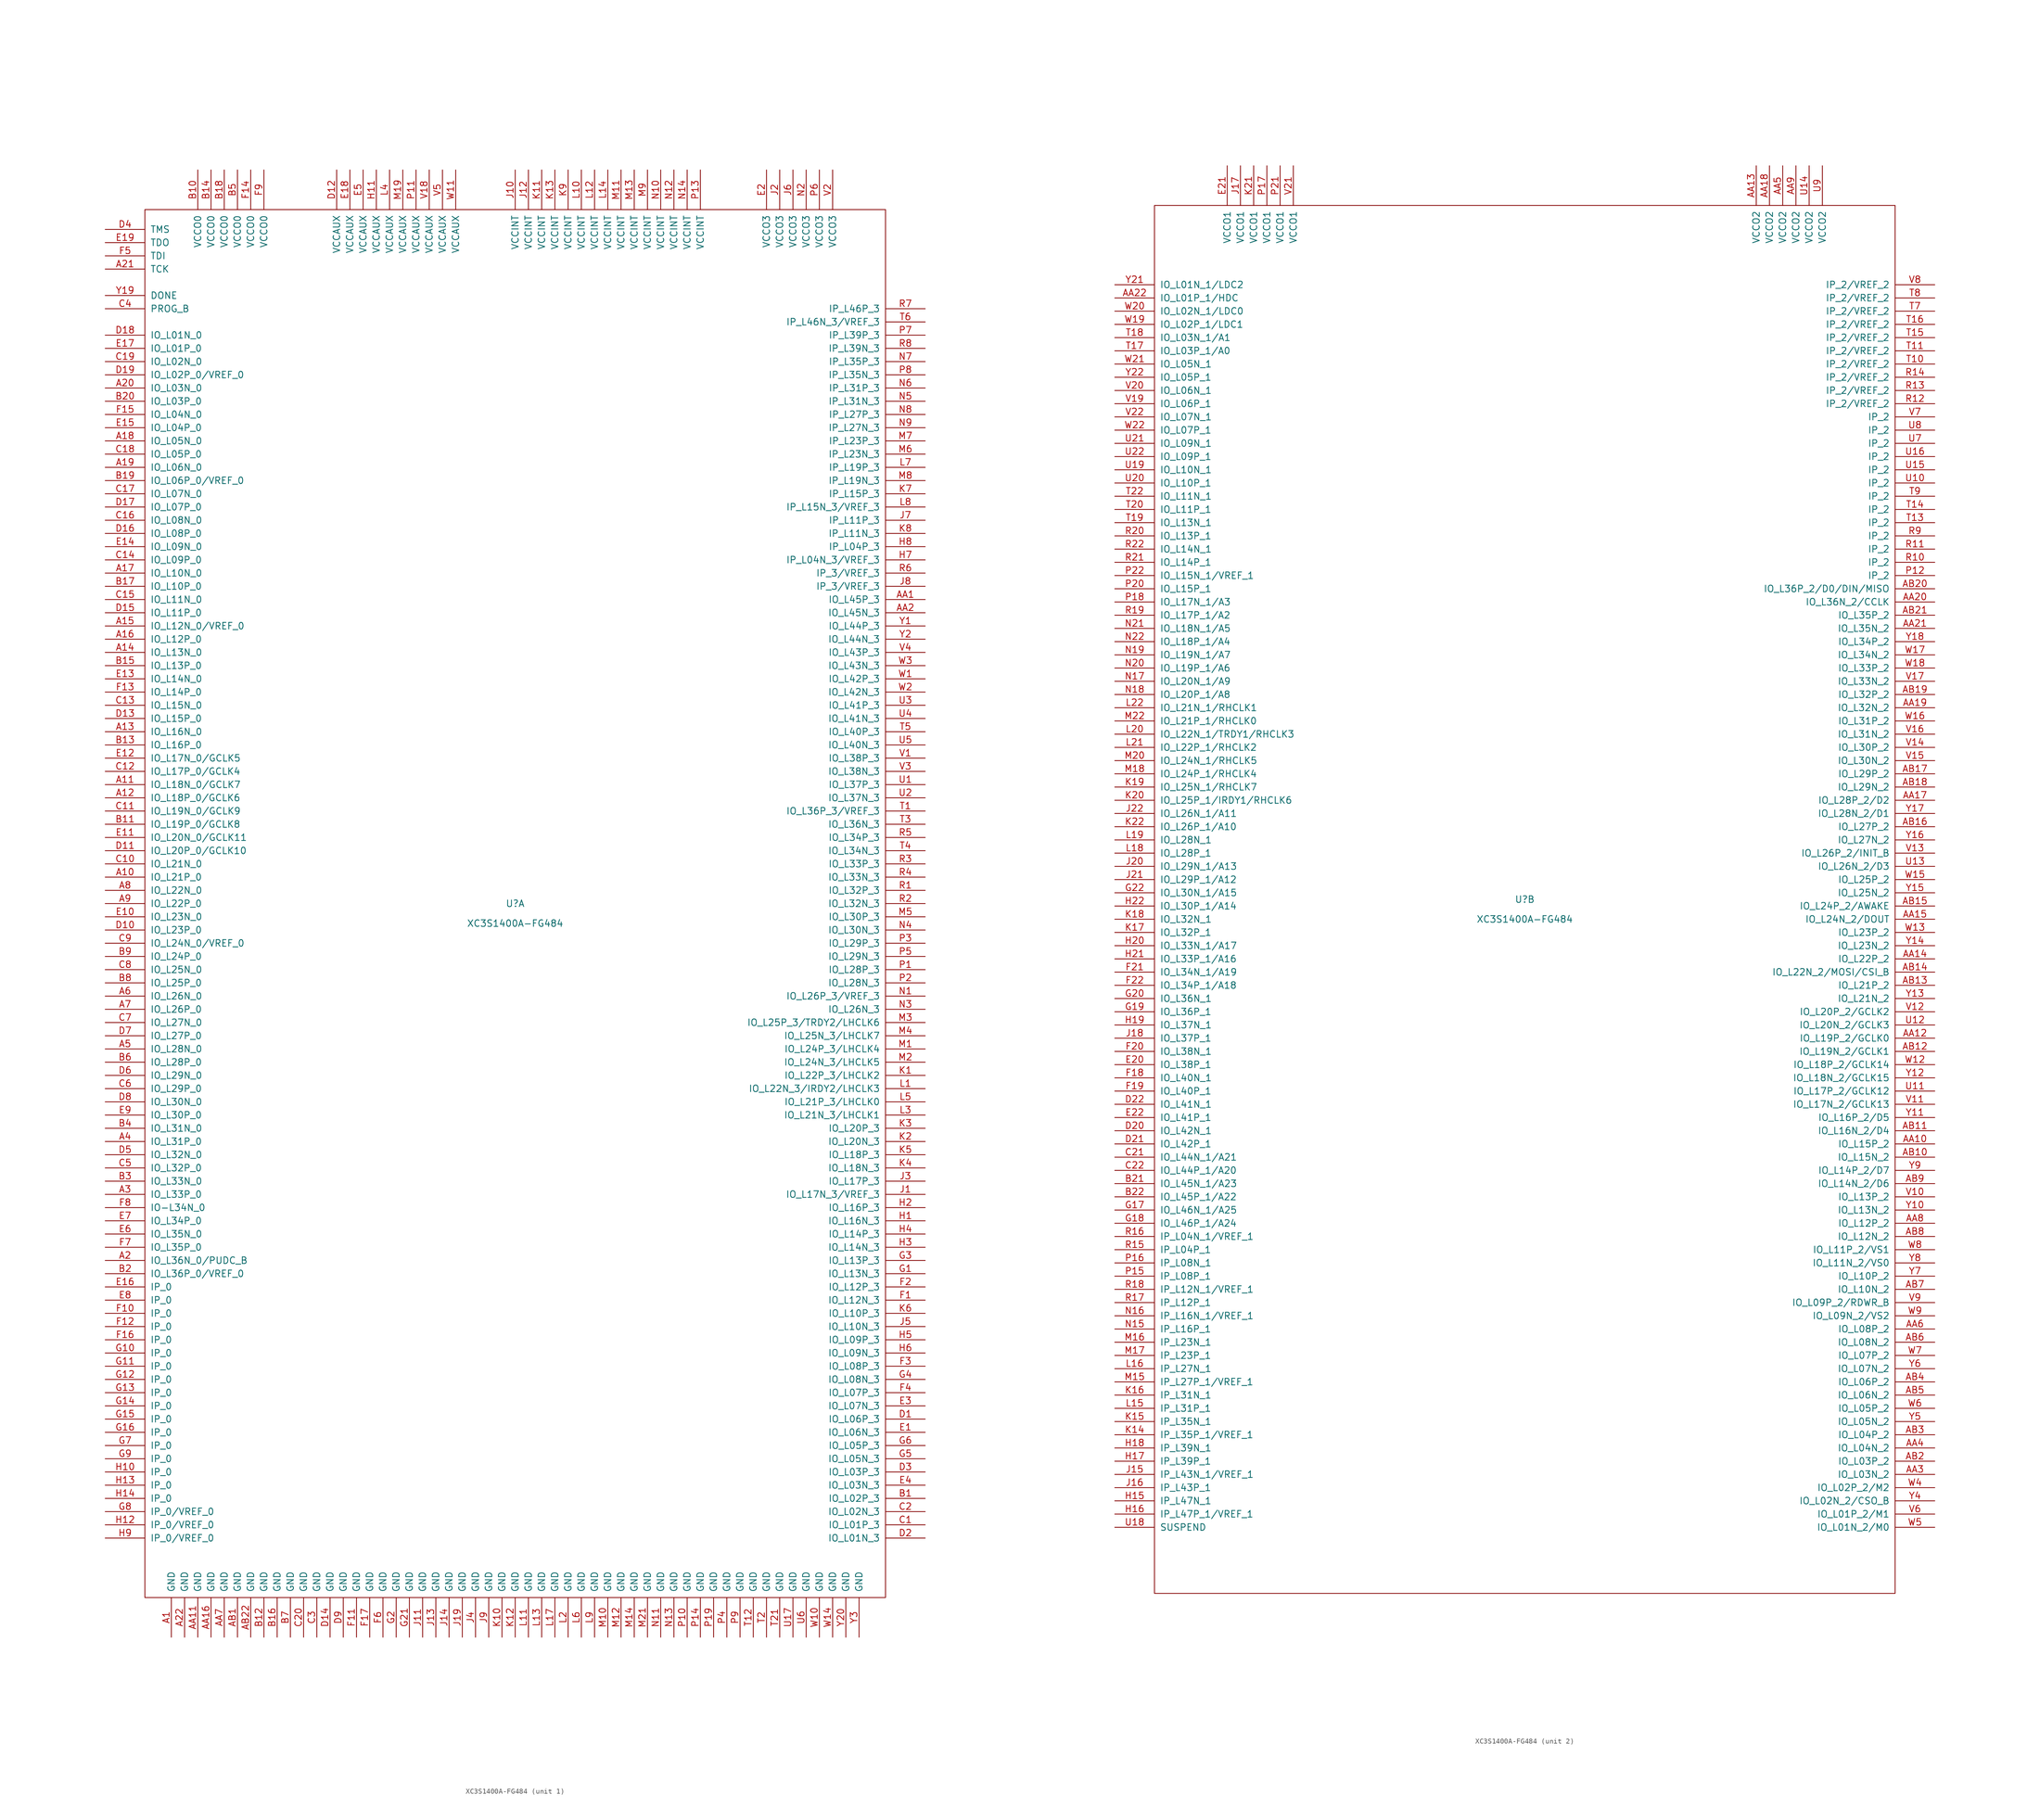
<source format=kicad_sym>
(kicad_symbol_lib
  (version 20211014)
  (generator kicad_symbol_editor)
  (symbol "XC3S1400A-FG484"
    (pin_names
      (offset 1.016))
    (property "Reference" "U"
      (at 0 0 0)
      (effects (font (size 1.27 1.27))))
    (property "Value" "XC3S1400A-FG484"
      (at 0 -3.81 0)
      (effects (font (size 1.27 1.27))))
    (property "ki_locked" ""
      (at 0 0 0)
      (effects (font (size 1.27 1.27))))
    (symbol "XC3S1400A-FG484_0_1"
      (rectangle (start -71.12 133.35) (end 71.12 -133.35) (stroke (width 0) (type default) (color 0 0 0 0)) (fill (type none))))
    (symbol "XC3S1400A-FG484_1_1"
      (pin power_in line (at -66.04 -140.97 90) (length 7.62) (name "GND" (effects (font (size 1.27 1.27)))) (number "A1" (effects (font (size 1.27 1.27)))))
      (pin bidirectional line (at -78.74 5.08 0) (length 7.62) (name "IO_L21P_0" (effects (font (size 1.27 1.27)))) (number "A10" (effects (font (size 1.27 1.27)))))
      (pin bidirectional line (at -78.74 22.86 0) (length 7.62) (name "IO_L18N_0/GCLK7" (effects (font (size 1.27 1.27)))) (number "A11" (effects (font (size 1.27 1.27)))))
      (pin bidirectional line (at -78.74 20.32 0) (length 7.62) (name "IO_L18P_0/GCLK6" (effects (font (size 1.27 1.27)))) (number "A12" (effects (font (size 1.27 1.27)))))
      (pin bidirectional line (at -78.74 33.02 0) (length 7.62) (name "IO_L16N_0" (effects (font (size 1.27 1.27)))) (number "A13" (effects (font (size 1.27 1.27)))))
      (pin bidirectional line (at -78.74 48.26 0) (length 7.62) (name "IO_L13N_0" (effects (font (size 1.27 1.27)))) (number "A14" (effects (font (size 1.27 1.27)))))
      (pin bidirectional line (at -78.74 53.34 0) (length 7.62) (name "IO_L12N_0/VREF_0" (effects (font (size 1.27 1.27)))) (number "A15" (effects (font (size 1.27 1.27)))))
      (pin bidirectional line (at -78.74 50.8 0) (length 7.62) (name "IO_L12P_0" (effects (font (size 1.27 1.27)))) (number "A16" (effects (font (size 1.27 1.27)))))
      (pin bidirectional line (at -78.74 63.5 0) (length 7.62) (name "IO_L10N_0" (effects (font (size 1.27 1.27)))) (number "A17" (effects (font (size 1.27 1.27)))))
      (pin bidirectional line (at -78.74 88.9 0) (length 7.62) (name "IO_L05N_0" (effects (font (size 1.27 1.27)))) (number "A18" (effects (font (size 1.27 1.27)))))
      (pin bidirectional line (at -78.74 83.82 0) (length 7.62) (name "IO_L06N_0" (effects (font (size 1.27 1.27)))) (number "A19" (effects (font (size 1.27 1.27)))))
      (pin bidirectional line (at -78.74 -68.58 0) (length 7.62) (name "IO_L36N_0/PUDC_B" (effects (font (size 1.27 1.27)))) (number "A2" (effects (font (size 1.27 1.27)))))
      (pin bidirectional line (at -78.74 99.06 0) (length 7.62) (name "IO_L03N_0" (effects (font (size 1.27 1.27)))) (number "A20" (effects (font (size 1.27 1.27)))))
      (pin input line (at -78.74 121.92 0) (length 7.62) (name "TCK" (effects (font (size 1.27 1.27)))) (number "A21" (effects (font (size 1.27 1.27)))))
      (pin power_in line (at -63.5 -140.97 90) (length 7.62) (name "GND" (effects (font (size 1.27 1.27)))) (number "A22" (effects (font (size 1.27 1.27)))))
      (pin bidirectional line (at -78.74 -55.88 0) (length 7.62) (name "IO_L33P_0" (effects (font (size 1.27 1.27)))) (number "A3" (effects (font (size 1.27 1.27)))))
      (pin bidirectional line (at -78.74 -45.72 0) (length 7.62) (name "IO_L31P_0" (effects (font (size 1.27 1.27)))) (number "A4" (effects (font (size 1.27 1.27)))))
      (pin bidirectional line (at -78.74 -27.94 0) (length 7.62) (name "IO_L28N_0" (effects (font (size 1.27 1.27)))) (number "A5" (effects (font (size 1.27 1.27)))))
      (pin bidirectional line (at -78.74 -17.78 0) (length 7.62) (name "IO_L26N_0" (effects (font (size 1.27 1.27)))) (number "A6" (effects (font (size 1.27 1.27)))))
      (pin bidirectional line (at -78.74 -20.32 0) (length 7.62) (name "IO_L26P_0" (effects (font (size 1.27 1.27)))) (number "A7" (effects (font (size 1.27 1.27)))))
      (pin bidirectional line (at -78.74 2.54 0) (length 7.62) (name "IO_L22N_0" (effects (font (size 1.27 1.27)))) (number "A8" (effects (font (size 1.27 1.27)))))
      (pin bidirectional line (at -78.74 0 0) (length 7.62) (name "IO_L22P_0" (effects (font (size 1.27 1.27)))) (number "A9" (effects (font (size 1.27 1.27)))))
      (pin bidirectional line (at 78.74 58.42 180) (length 7.62) (name "IO_L45P_3" (effects (font (size 1.27 1.27)))) (number "AA1" (effects (font (size 1.27 1.27)))))
      (pin power_in line (at -60.96 -140.97 90) (length 7.62) (name "GND" (effects (font (size 1.27 1.27)))) (number "AA11" (effects (font (size 1.27 1.27)))))
      (pin power_in line (at -58.42 -140.97 90) (length 7.62) (name "GND" (effects (font (size 1.27 1.27)))) (number "AA16" (effects (font (size 1.27 1.27)))))
      (pin bidirectional line (at 78.74 55.88 180) (length 7.62) (name "IO_L45N_3" (effects (font (size 1.27 1.27)))) (number "AA2" (effects (font (size 1.27 1.27)))))
      (pin power_in line (at -55.88 -140.97 90) (length 7.62) (name "GND" (effects (font (size 1.27 1.27)))) (number "AA7" (effects (font (size 1.27 1.27)))))
      (pin power_in line (at -53.34 -140.97 90) (length 7.62) (name "GND" (effects (font (size 1.27 1.27)))) (number "AB1" (effects (font (size 1.27 1.27)))))
      (pin power_in line (at -50.8 -140.97 90) (length 7.62) (name "GND" (effects (font (size 1.27 1.27)))) (number "AB22" (effects (font (size 1.27 1.27)))))
      (pin bidirectional line (at 78.74 -114.3 180) (length 7.62) (name "IO_L02P_3" (effects (font (size 1.27 1.27)))) (number "B1" (effects (font (size 1.27 1.27)))))
      (pin power_in line (at -60.96 140.97 270) (length 7.62) (name "VCCO0" (effects (font (size 1.27 1.27)))) (number "B10" (effects (font (size 1.27 1.27)))))
      (pin bidirectional line (at -78.74 15.24 0) (length 7.62) (name "IO_L19P_0/GCLK8" (effects (font (size 1.27 1.27)))) (number "B11" (effects (font (size 1.27 1.27)))))
      (pin power_in line (at -48.26 -140.97 90) (length 7.62) (name "GND" (effects (font (size 1.27 1.27)))) (number "B12" (effects (font (size 1.27 1.27)))))
      (pin bidirectional line (at -78.74 30.48 0) (length 7.62) (name "IO_L16P_0" (effects (font (size 1.27 1.27)))) (number "B13" (effects (font (size 1.27 1.27)))))
      (pin power_in line (at -58.42 140.97 270) (length 7.62) (name "VCCO0" (effects (font (size 1.27 1.27)))) (number "B14" (effects (font (size 1.27 1.27)))))
      (pin bidirectional line (at -78.74 45.72 0) (length 7.62) (name "IO_L13P_0" (effects (font (size 1.27 1.27)))) (number "B15" (effects (font (size 1.27 1.27)))))
      (pin power_in line (at -45.72 -140.97 90) (length 7.62) (name "GND" (effects (font (size 1.27 1.27)))) (number "B16" (effects (font (size 1.27 1.27)))))
      (pin bidirectional line (at -78.74 60.96 0) (length 7.62) (name "IO_L10P_0" (effects (font (size 1.27 1.27)))) (number "B17" (effects (font (size 1.27 1.27)))))
      (pin power_in line (at -55.88 140.97 270) (length 7.62) (name "VCCO0" (effects (font (size 1.27 1.27)))) (number "B18" (effects (font (size 1.27 1.27)))))
      (pin bidirectional line (at -78.74 81.28 0) (length 7.62) (name "IO_L06P_0/VREF_0" (effects (font (size 1.27 1.27)))) (number "B19" (effects (font (size 1.27 1.27)))))
      (pin bidirectional line (at -78.74 -71.12 0) (length 7.62) (name "IO_L36P_0/VREF_0" (effects (font (size 1.27 1.27)))) (number "B2" (effects (font (size 1.27 1.27)))))
      (pin bidirectional line (at -78.74 96.52 0) (length 7.62) (name "IO_L03P_0" (effects (font (size 1.27 1.27)))) (number "B20" (effects (font (size 1.27 1.27)))))
      (pin bidirectional line (at -78.74 -53.34 0) (length 7.62) (name "IO_L33N_0" (effects (font (size 1.27 1.27)))) (number "B3" (effects (font (size 1.27 1.27)))))
      (pin bidirectional line (at -78.74 -43.18 0) (length 7.62) (name "IO_L31N_0" (effects (font (size 1.27 1.27)))) (number "B4" (effects (font (size 1.27 1.27)))))
      (pin power_in line (at -53.34 140.97 270) (length 7.62) (name "VCCO0" (effects (font (size 1.27 1.27)))) (number "B5" (effects (font (size 1.27 1.27)))))
      (pin bidirectional line (at -78.74 -30.48 0) (length 7.62) (name "IO_L28P_0" (effects (font (size 1.27 1.27)))) (number "B6" (effects (font (size 1.27 1.27)))))
      (pin power_in line (at -43.18 -140.97 90) (length 7.62) (name "GND" (effects (font (size 1.27 1.27)))) (number "B7" (effects (font (size 1.27 1.27)))))
      (pin bidirectional line (at -78.74 -15.24 0) (length 7.62) (name "IO_L25P_0" (effects (font (size 1.27 1.27)))) (number "B8" (effects (font (size 1.27 1.27)))))
      (pin bidirectional line (at -78.74 -10.16 0) (length 7.62) (name "IO_L24P_0" (effects (font (size 1.27 1.27)))) (number "B9" (effects (font (size 1.27 1.27)))))
      (pin bidirectional line (at 78.74 -119.38 180) (length 7.62) (name "IO_L01P_3" (effects (font (size 1.27 1.27)))) (number "C1" (effects (font (size 1.27 1.27)))))
      (pin bidirectional line (at -78.74 7.62 0) (length 7.62) (name "IO_L21N_0" (effects (font (size 1.27 1.27)))) (number "C10" (effects (font (size 1.27 1.27)))))
      (pin bidirectional line (at -78.74 17.78 0) (length 7.62) (name "IO_L19N_0/GCLK9" (effects (font (size 1.27 1.27)))) (number "C11" (effects (font (size 1.27 1.27)))))
      (pin bidirectional line (at -78.74 25.4 0) (length 7.62) (name "IO_L17P_0/GCLK4" (effects (font (size 1.27 1.27)))) (number "C12" (effects (font (size 1.27 1.27)))))
      (pin bidirectional line (at -78.74 38.1 0) (length 7.62) (name "IO_L15N_0" (effects (font (size 1.27 1.27)))) (number "C13" (effects (font (size 1.27 1.27)))))
      (pin bidirectional line (at -78.74 66.04 0) (length 7.62) (name "IO_L09P_0" (effects (font (size 1.27 1.27)))) (number "C14" (effects (font (size 1.27 1.27)))))
      (pin bidirectional line (at -78.74 58.42 0) (length 7.62) (name "IO_L11N_0" (effects (font (size 1.27 1.27)))) (number "C15" (effects (font (size 1.27 1.27)))))
      (pin bidirectional line (at -78.74 73.66 0) (length 7.62) (name "IO_L08N_0" (effects (font (size 1.27 1.27)))) (number "C16" (effects (font (size 1.27 1.27)))))
      (pin bidirectional line (at -78.74 78.74 0) (length 7.62) (name "IO_L07N_0" (effects (font (size 1.27 1.27)))) (number "C17" (effects (font (size 1.27 1.27)))))
      (pin bidirectional line (at -78.74 86.36 0) (length 7.62) (name "IO_L05P_0" (effects (font (size 1.27 1.27)))) (number "C18" (effects (font (size 1.27 1.27)))))
      (pin bidirectional line (at -78.74 104.14 0) (length 7.62) (name "IO_L02N_0" (effects (font (size 1.27 1.27)))) (number "C19" (effects (font (size 1.27 1.27)))))
      (pin bidirectional line (at 78.74 -116.84 180) (length 7.62) (name "IO_L02N_3" (effects (font (size 1.27 1.27)))) (number "C2" (effects (font (size 1.27 1.27)))))
      (pin power_in line (at -40.64 -140.97 90) (length 7.62) (name "GND" (effects (font (size 1.27 1.27)))) (number "C20" (effects (font (size 1.27 1.27)))))
      (pin power_in line (at -38.1 -140.97 90) (length 7.62) (name "GND" (effects (font (size 1.27 1.27)))) (number "C3" (effects (font (size 1.27 1.27)))))
      (pin bidirectional line (at -78.74 114.3 0) (length 7.62) (name "PROG_B" (effects (font (size 1.27 1.27)))) (number "C4" (effects (font (size 1.27 1.27)))))
      (pin bidirectional line (at -78.74 -50.8 0) (length 7.62) (name "IO_L32P_0" (effects (font (size 1.27 1.27)))) (number "C5" (effects (font (size 1.27 1.27)))))
      (pin bidirectional line (at -78.74 -35.56 0) (length 7.62) (name "IO_L29P_0" (effects (font (size 1.27 1.27)))) (number "C6" (effects (font (size 1.27 1.27)))))
      (pin bidirectional line (at -78.74 -22.86 0) (length 7.62) (name "IO_L27N_0" (effects (font (size 1.27 1.27)))) (number "C7" (effects (font (size 1.27 1.27)))))
      (pin bidirectional line (at -78.74 -12.7 0) (length 7.62) (name "IO_L25N_0" (effects (font (size 1.27 1.27)))) (number "C8" (effects (font (size 1.27 1.27)))))
      (pin bidirectional line (at -78.74 -7.62 0) (length 7.62) (name "IO_L24N_0/VREF_0" (effects (font (size 1.27 1.27)))) (number "C9" (effects (font (size 1.27 1.27)))))
      (pin bidirectional line (at 78.74 -99.06 180) (length 7.62) (name "IO_L06P_3" (effects (font (size 1.27 1.27)))) (number "D1" (effects (font (size 1.27 1.27)))))
      (pin bidirectional line (at -78.74 -5.08 0) (length 7.62) (name "IO_L23P_0" (effects (font (size 1.27 1.27)))) (number "D10" (effects (font (size 1.27 1.27)))))
      (pin bidirectional line (at -78.74 10.16 0) (length 7.62) (name "IO_L20P_0/GCLK10" (effects (font (size 1.27 1.27)))) (number "D11" (effects (font (size 1.27 1.27)))))
      (pin power_in line (at -34.29 140.97 270) (length 7.62) (name "VCCAUX" (effects (font (size 1.27 1.27)))) (number "D12" (effects (font (size 1.27 1.27)))))
      (pin bidirectional line (at -78.74 35.56 0) (length 7.62) (name "IO_L15P_0" (effects (font (size 1.27 1.27)))) (number "D13" (effects (font (size 1.27 1.27)))))
      (pin power_in line (at -35.56 -140.97 90) (length 7.62) (name "GND" (effects (font (size 1.27 1.27)))) (number "D14" (effects (font (size 1.27 1.27)))))
      (pin bidirectional line (at -78.74 55.88 0) (length 7.62) (name "IO_L11P_0" (effects (font (size 1.27 1.27)))) (number "D15" (effects (font (size 1.27 1.27)))))
      (pin bidirectional line (at -78.74 71.12 0) (length 7.62) (name "IO_L08P_0" (effects (font (size 1.27 1.27)))) (number "D16" (effects (font (size 1.27 1.27)))))
      (pin bidirectional line (at -78.74 76.2 0) (length 7.62) (name "IO_L07P_0" (effects (font (size 1.27 1.27)))) (number "D17" (effects (font (size 1.27 1.27)))))
      (pin bidirectional line (at -78.74 109.22 0) (length 7.62) (name "IO_L01N_0" (effects (font (size 1.27 1.27)))) (number "D18" (effects (font (size 1.27 1.27)))))
      (pin bidirectional line (at -78.74 101.6 0) (length 7.62) (name "IO_L02P_0/VREF_0" (effects (font (size 1.27 1.27)))) (number "D19" (effects (font (size 1.27 1.27)))))
      (pin bidirectional line (at 78.74 -121.92 180) (length 7.62) (name "IO_L01N_3" (effects (font (size 1.27 1.27)))) (number "D2" (effects (font (size 1.27 1.27)))))
      (pin bidirectional line (at 78.74 -109.22 180) (length 7.62) (name "IO_L03P_3" (effects (font (size 1.27 1.27)))) (number "D3" (effects (font (size 1.27 1.27)))))
      (pin input line (at -78.74 129.54 0) (length 7.62) (name "TMS" (effects (font (size 1.27 1.27)))) (number "D4" (effects (font (size 1.27 1.27)))))
      (pin bidirectional line (at -78.74 -48.26 0) (length 7.62) (name "IO_L32N_0" (effects (font (size 1.27 1.27)))) (number "D5" (effects (font (size 1.27 1.27)))))
      (pin bidirectional line (at -78.74 -33.02 0) (length 7.62) (name "IO_L29N_0" (effects (font (size 1.27 1.27)))) (number "D6" (effects (font (size 1.27 1.27)))))
      (pin bidirectional line (at -78.74 -25.4 0) (length 7.62) (name "IO_L27P_0" (effects (font (size 1.27 1.27)))) (number "D7" (effects (font (size 1.27 1.27)))))
      (pin bidirectional line (at -78.74 -38.1 0) (length 7.62) (name "IO_L30N_0" (effects (font (size 1.27 1.27)))) (number "D8" (effects (font (size 1.27 1.27)))))
      (pin power_in line (at -33.02 -140.97 90) (length 7.62) (name "GND" (effects (font (size 1.27 1.27)))) (number "D9" (effects (font (size 1.27 1.27)))))
      (pin bidirectional line (at 78.74 -101.6 180) (length 7.62) (name "IO_L06N_3" (effects (font (size 1.27 1.27)))) (number "E1" (effects (font (size 1.27 1.27)))))
      (pin bidirectional line (at -78.74 -2.54 0) (length 7.62) (name "IO_L23N_0" (effects (font (size 1.27 1.27)))) (number "E10" (effects (font (size 1.27 1.27)))))
      (pin bidirectional line (at -78.74 12.7 0) (length 7.62) (name "IO_L20N_0/GCLK11" (effects (font (size 1.27 1.27)))) (number "E11" (effects (font (size 1.27 1.27)))))
      (pin bidirectional line (at -78.74 27.94 0) (length 7.62) (name "IO_L17N_0/GCLK5" (effects (font (size 1.27 1.27)))) (number "E12" (effects (font (size 1.27 1.27)))))
      (pin bidirectional line (at -78.74 43.18 0) (length 7.62) (name "IO_L14N_0" (effects (font (size 1.27 1.27)))) (number "E13" (effects (font (size 1.27 1.27)))))
      (pin bidirectional line (at -78.74 68.58 0) (length 7.62) (name "IO_L09N_0" (effects (font (size 1.27 1.27)))) (number "E14" (effects (font (size 1.27 1.27)))))
      (pin bidirectional line (at -78.74 91.44 0) (length 7.62) (name "IO_L04P_0" (effects (font (size 1.27 1.27)))) (number "E15" (effects (font (size 1.27 1.27)))))
      (pin input line (at -78.74 -73.66 0) (length 7.62) (name "IP_0" (effects (font (size 1.27 1.27)))) (number "E16" (effects (font (size 1.27 1.27)))))
      (pin bidirectional line (at -78.74 106.68 0) (length 7.62) (name "IO_L01P_0" (effects (font (size 1.27 1.27)))) (number "E17" (effects (font (size 1.27 1.27)))))
      (pin power_in line (at -31.75 140.97 270) (length 7.62) (name "VCCAUX" (effects (font (size 1.27 1.27)))) (number "E18" (effects (font (size 1.27 1.27)))))
      (pin output line (at -78.74 127 0) (length 7.62) (name "TDO" (effects (font (size 1.27 1.27)))) (number "E19" (effects (font (size 1.27 1.27)))))
      (pin passive line (at 48.26 140.97 270) (length 7.62) (name "VCCO3" (effects (font (size 1.27 1.27)))) (number "E2" (effects (font (size 1.27 1.27)))))
      (pin bidirectional line (at 78.74 -96.52 180) (length 7.62) (name "IO_L07N_3" (effects (font (size 1.27 1.27)))) (number "E3" (effects (font (size 1.27 1.27)))))
      (pin bidirectional line (at 78.74 -111.76 180) (length 7.62) (name "IO_L03N_3" (effects (font (size 1.27 1.27)))) (number "E4" (effects (font (size 1.27 1.27)))))
      (pin power_in line (at -29.21 140.97 270) (length 7.62) (name "VCCAUX" (effects (font (size 1.27 1.27)))) (number "E5" (effects (font (size 1.27 1.27)))))
      (pin bidirectional line (at -78.74 -63.5 0) (length 7.62) (name "IO_L35N_0" (effects (font (size 1.27 1.27)))) (number "E6" (effects (font (size 1.27 1.27)))))
      (pin bidirectional line (at -78.74 -60.96 0) (length 7.62) (name "IO_L34P_0" (effects (font (size 1.27 1.27)))) (number "E7" (effects (font (size 1.27 1.27)))))
      (pin input line (at -78.74 -76.2 0) (length 7.62) (name "IP_0" (effects (font (size 1.27 1.27)))) (number "E8" (effects (font (size 1.27 1.27)))))
      (pin bidirectional line (at -78.74 -40.64 0) (length 7.62) (name "IO_L30P_0" (effects (font (size 1.27 1.27)))) (number "E9" (effects (font (size 1.27 1.27)))))
      (pin bidirectional line (at 78.74 -76.2 180) (length 7.62) (name "IO_L12N_3" (effects (font (size 1.27 1.27)))) (number "F1" (effects (font (size 1.27 1.27)))))
      (pin input line (at -78.74 -78.74 0) (length 7.62) (name "IP_0" (effects (font (size 1.27 1.27)))) (number "F10" (effects (font (size 1.27 1.27)))))
      (pin power_in line (at -30.48 -140.97 90) (length 7.62) (name "GND" (effects (font (size 1.27 1.27)))) (number "F11" (effects (font (size 1.27 1.27)))))
      (pin input line (at -78.74 -81.28 0) (length 7.62) (name "IP_0" (effects (font (size 1.27 1.27)))) (number "F12" (effects (font (size 1.27 1.27)))))
      (pin bidirectional line (at -78.74 40.64 0) (length 7.62) (name "IO_L14P_0" (effects (font (size 1.27 1.27)))) (number "F13" (effects (font (size 1.27 1.27)))))
      (pin power_in line (at -50.8 140.97 270) (length 7.62) (name "VCCO0" (effects (font (size 1.27 1.27)))) (number "F14" (effects (font (size 1.27 1.27)))))
      (pin bidirectional line (at -78.74 93.98 0) (length 7.62) (name "IO_L04N_0" (effects (font (size 1.27 1.27)))) (number "F15" (effects (font (size 1.27 1.27)))))
      (pin input line (at -78.74 -83.82 0) (length 7.62) (name "IP_0" (effects (font (size 1.27 1.27)))) (number "F16" (effects (font (size 1.27 1.27)))))
      (pin power_in line (at -27.94 -140.97 90) (length 7.62) (name "GND" (effects (font (size 1.27 1.27)))) (number "F17" (effects (font (size 1.27 1.27)))))
      (pin bidirectional line (at 78.74 -73.66 180) (length 7.62) (name "IO_L12P_3" (effects (font (size 1.27 1.27)))) (number "F2" (effects (font (size 1.27 1.27)))))
      (pin bidirectional line (at 78.74 -88.9 180) (length 7.62) (name "IO_L08P_3" (effects (font (size 1.27 1.27)))) (number "F3" (effects (font (size 1.27 1.27)))))
      (pin bidirectional line (at 78.74 -93.98 180) (length 7.62) (name "IO_L07P_3" (effects (font (size 1.27 1.27)))) (number "F4" (effects (font (size 1.27 1.27)))))
      (pin input line (at -78.74 124.46 0) (length 7.62) (name "TDI" (effects (font (size 1.27 1.27)))) (number "F5" (effects (font (size 1.27 1.27)))))
      (pin power_in line (at -25.4 -140.97 90) (length 7.62) (name "GND" (effects (font (size 1.27 1.27)))) (number "F6" (effects (font (size 1.27 1.27)))))
      (pin bidirectional line (at -78.74 -66.04 0) (length 7.62) (name "IO_L35P_0" (effects (font (size 1.27 1.27)))) (number "F7" (effects (font (size 1.27 1.27)))))
      (pin bidirectional line (at -78.74 -58.42 0) (length 7.62) (name "IO-L34N_0" (effects (font (size 1.27 1.27)))) (number "F8" (effects (font (size 1.27 1.27)))))
      (pin power_in line (at -48.26 140.97 270) (length 7.62) (name "VCCO0" (effects (font (size 1.27 1.27)))) (number "F9" (effects (font (size 1.27 1.27)))))
      (pin bidirectional line (at 78.74 -71.12 180) (length 7.62) (name "IO_L13N_3" (effects (font (size 1.27 1.27)))) (number "G1" (effects (font (size 1.27 1.27)))))
      (pin input line (at -78.74 -86.36 0) (length 7.62) (name "IP_0" (effects (font (size 1.27 1.27)))) (number "G10" (effects (font (size 1.27 1.27)))))
      (pin input line (at -78.74 -88.9 0) (length 7.62) (name "IP_0" (effects (font (size 1.27 1.27)))) (number "G11" (effects (font (size 1.27 1.27)))))
      (pin input line (at -78.74 -91.44 0) (length 7.62) (name "IP_0" (effects (font (size 1.27 1.27)))) (number "G12" (effects (font (size 1.27 1.27)))))
      (pin input line (at -78.74 -93.98 0) (length 7.62) (name "IP_0" (effects (font (size 1.27 1.27)))) (number "G13" (effects (font (size 1.27 1.27)))))
      (pin input line (at -78.74 -96.52 0) (length 7.62) (name "IP_0" (effects (font (size 1.27 1.27)))) (number "G14" (effects (font (size 1.27 1.27)))))
      (pin input line (at -78.74 -99.06 0) (length 7.62) (name "IP_0" (effects (font (size 1.27 1.27)))) (number "G15" (effects (font (size 1.27 1.27)))))
      (pin input line (at -78.74 -101.6 0) (length 7.62) (name "IP_0" (effects (font (size 1.27 1.27)))) (number "G16" (effects (font (size 1.27 1.27)))))
      (pin power_in line (at -22.86 -140.97 90) (length 7.62) (name "GND" (effects (font (size 1.27 1.27)))) (number "G2" (effects (font (size 1.27 1.27)))))
      (pin power_in line (at -20.32 -140.97 90) (length 7.62) (name "GND" (effects (font (size 1.27 1.27)))) (number "G21" (effects (font (size 1.27 1.27)))))
      (pin bidirectional line (at 78.74 -68.58 180) (length 7.62) (name "IO_L13P_3" (effects (font (size 1.27 1.27)))) (number "G3" (effects (font (size 1.27 1.27)))))
      (pin bidirectional line (at 78.74 -91.44 180) (length 7.62) (name "IO_L08N_3" (effects (font (size 1.27 1.27)))) (number "G4" (effects (font (size 1.27 1.27)))))
      (pin bidirectional line (at 78.74 -106.68 180) (length 7.62) (name "IO_L05N_3" (effects (font (size 1.27 1.27)))) (number "G5" (effects (font (size 1.27 1.27)))))
      (pin bidirectional line (at 78.74 -104.14 180) (length 7.62) (name "IO_L05P_3" (effects (font (size 1.27 1.27)))) (number "G6" (effects (font (size 1.27 1.27)))))
      (pin input line (at -78.74 -104.14 0) (length 7.62) (name "IP_0" (effects (font (size 1.27 1.27)))) (number "G7" (effects (font (size 1.27 1.27)))))
      (pin input line (at -78.74 -116.84 0) (length 7.62) (name "IP_0/VREF_0" (effects (font (size 1.27 1.27)))) (number "G8" (effects (font (size 1.27 1.27)))))
      (pin input line (at -78.74 -106.68 0) (length 7.62) (name "IP_0" (effects (font (size 1.27 1.27)))) (number "G9" (effects (font (size 1.27 1.27)))))
      (pin bidirectional line (at 78.74 -60.96 180) (length 7.62) (name "IO_L16N_3" (effects (font (size 1.27 1.27)))) (number "H1" (effects (font (size 1.27 1.27)))))
      (pin input line (at -78.74 -109.22 0) (length 7.62) (name "IP_0" (effects (font (size 1.27 1.27)))) (number "H10" (effects (font (size 1.27 1.27)))))
      (pin power_in line (at -26.67 140.97 270) (length 7.62) (name "VCCAUX" (effects (font (size 1.27 1.27)))) (number "H11" (effects (font (size 1.27 1.27)))))
      (pin input line (at -78.74 -119.38 0) (length 7.62) (name "IP_0/VREF_0" (effects (font (size 1.27 1.27)))) (number "H12" (effects (font (size 1.27 1.27)))))
      (pin input line (at -78.74 -111.76 0) (length 7.62) (name "IP_0" (effects (font (size 1.27 1.27)))) (number "H13" (effects (font (size 1.27 1.27)))))
      (pin input line (at -78.74 -114.3 0) (length 7.62) (name "IP_0" (effects (font (size 1.27 1.27)))) (number "H14" (effects (font (size 1.27 1.27)))))
      (pin bidirectional line (at 78.74 -58.42 180) (length 7.62) (name "IO_L16P_3" (effects (font (size 1.27 1.27)))) (number "H2" (effects (font (size 1.27 1.27)))))
      (pin bidirectional line (at 78.74 -66.04 180) (length 7.62) (name "IO_L14N_3" (effects (font (size 1.27 1.27)))) (number "H3" (effects (font (size 1.27 1.27)))))
      (pin bidirectional line (at 78.74 -63.5 180) (length 7.62) (name "IO_L14P_3" (effects (font (size 1.27 1.27)))) (number "H4" (effects (font (size 1.27 1.27)))))
      (pin bidirectional line (at 78.74 -83.82 180) (length 7.62) (name "IO_L09P_3" (effects (font (size 1.27 1.27)))) (number "H5" (effects (font (size 1.27 1.27)))))
      (pin bidirectional line (at 78.74 -86.36 180) (length 7.62) (name "IO_L09N_3" (effects (font (size 1.27 1.27)))) (number "H6" (effects (font (size 1.27 1.27)))))
      (pin input line (at 78.74 66.04 180) (length 7.62) (name "IP_L04N_3/VREF_3" (effects (font (size 1.27 1.27)))) (number "H7" (effects (font (size 1.27 1.27)))))
      (pin input line (at 78.74 68.58 180) (length 7.62) (name "IP_L04P_3" (effects (font (size 1.27 1.27)))) (number "H8" (effects (font (size 1.27 1.27)))))
      (pin input line (at -78.74 -121.92 0) (length 7.62) (name "IP_0/VREF_0" (effects (font (size 1.27 1.27)))) (number "H9" (effects (font (size 1.27 1.27)))))
      (pin bidirectional line (at 78.74 -55.88 180) (length 7.62) (name "IO_L17N_3/VREF_3" (effects (font (size 1.27 1.27)))) (number "J1" (effects (font (size 1.27 1.27)))))
      (pin power_in line (at 0 140.97 270) (length 7.62) (name "VCCINT" (effects (font (size 1.27 1.27)))) (number "J10" (effects (font (size 1.27 1.27)))))
      (pin power_in line (at -17.78 -140.97 90) (length 7.62) (name "GND" (effects (font (size 1.27 1.27)))) (number "J11" (effects (font (size 1.27 1.27)))))
      (pin power_in line (at 2.54 140.97 270) (length 7.62) (name "VCCINT" (effects (font (size 1.27 1.27)))) (number "J12" (effects (font (size 1.27 1.27)))))
      (pin power_in line (at -15.24 -140.97 90) (length 7.62) (name "GND" (effects (font (size 1.27 1.27)))) (number "J13" (effects (font (size 1.27 1.27)))))
      (pin power_in line (at -12.7 -140.97 90) (length 7.62) (name "GND" (effects (font (size 1.27 1.27)))) (number "J14" (effects (font (size 1.27 1.27)))))
      (pin power_in line (at -10.16 -140.97 90) (length 7.62) (name "GND" (effects (font (size 1.27 1.27)))) (number "J19" (effects (font (size 1.27 1.27)))))
      (pin power_in line (at 50.8 140.97 270) (length 7.62) (name "VCCO3" (effects (font (size 1.27 1.27)))) (number "J2" (effects (font (size 1.27 1.27)))))
      (pin bidirectional line (at 78.74 -53.34 180) (length 7.62) (name "IO_L17P_3" (effects (font (size 1.27 1.27)))) (number "J3" (effects (font (size 1.27 1.27)))))
      (pin power_in line (at -7.62 -140.97 90) (length 7.62) (name "GND" (effects (font (size 1.27 1.27)))) (number "J4" (effects (font (size 1.27 1.27)))))
      (pin bidirectional line (at 78.74 -81.28 180) (length 7.62) (name "IO_L10N_3" (effects (font (size 1.27 1.27)))) (number "J5" (effects (font (size 1.27 1.27)))))
      (pin power_in line (at 53.34 140.97 270) (length 7.62) (name "VCCO3" (effects (font (size 1.27 1.27)))) (number "J6" (effects (font (size 1.27 1.27)))))
      (pin input line (at 78.74 73.66 180) (length 7.62) (name "IP_L11P_3" (effects (font (size 1.27 1.27)))) (number "J7" (effects (font (size 1.27 1.27)))))
      (pin input line (at 78.74 60.96 180) (length 7.62) (name "IP_3/VREF_3" (effects (font (size 1.27 1.27)))) (number "J8" (effects (font (size 1.27 1.27)))))
      (pin power_in line (at -5.08 -140.97 90) (length 7.62) (name "GND" (effects (font (size 1.27 1.27)))) (number "J9" (effects (font (size 1.27 1.27)))))
      (pin bidirectional line (at 78.74 -33.02 180) (length 7.62) (name "IO_L22P_3/LHCLK2" (effects (font (size 1.27 1.27)))) (number "K1" (effects (font (size 1.27 1.27)))))
      (pin power_in line (at -2.54 -140.97 90) (length 7.62) (name "GND" (effects (font (size 1.27 1.27)))) (number "K10" (effects (font (size 1.27 1.27)))))
      (pin power_in line (at 5.08 140.97 270) (length 7.62) (name "VCCINT" (effects (font (size 1.27 1.27)))) (number "K11" (effects (font (size 1.27 1.27)))))
      (pin power_in line (at 0 -140.97 90) (length 7.62) (name "GND" (effects (font (size 1.27 1.27)))) (number "K12" (effects (font (size 1.27 1.27)))))
      (pin power_in line (at 7.62 140.97 270) (length 7.62) (name "VCCINT" (effects (font (size 1.27 1.27)))) (number "K13" (effects (font (size 1.27 1.27)))))
      (pin bidirectional line (at 78.74 -45.72 180) (length 7.62) (name "IO_L20N_3" (effects (font (size 1.27 1.27)))) (number "K2" (effects (font (size 1.27 1.27)))))
      (pin bidirectional line (at 78.74 -43.18 180) (length 7.62) (name "IO_L20P_3" (effects (font (size 1.27 1.27)))) (number "K3" (effects (font (size 1.27 1.27)))))
      (pin bidirectional line (at 78.74 -50.8 180) (length 7.62) (name "IO_L18N_3" (effects (font (size 1.27 1.27)))) (number "K4" (effects (font (size 1.27 1.27)))))
      (pin bidirectional line (at 78.74 -48.26 180) (length 7.62) (name "IO_L18P_3" (effects (font (size 1.27 1.27)))) (number "K5" (effects (font (size 1.27 1.27)))))
      (pin bidirectional line (at 78.74 -78.74 180) (length 7.62) (name "IO_L10P_3" (effects (font (size 1.27 1.27)))) (number "K6" (effects (font (size 1.27 1.27)))))
      (pin input line (at 78.74 78.74 180) (length 7.62) (name "IP_L15P_3" (effects (font (size 1.27 1.27)))) (number "K7" (effects (font (size 1.27 1.27)))))
      (pin input line (at 78.74 71.12 180) (length 7.62) (name "IP_L11N_3" (effects (font (size 1.27 1.27)))) (number "K8" (effects (font (size 1.27 1.27)))))
      (pin power_in line (at 10.16 140.97 270) (length 7.62) (name "VCCINT" (effects (font (size 1.27 1.27)))) (number "K9" (effects (font (size 1.27 1.27)))))
      (pin bidirectional line (at 78.74 -35.56 180) (length 7.62) (name "IO_L22N_3/IRDY2/LHCLK3" (effects (font (size 1.27 1.27)))) (number "L1" (effects (font (size 1.27 1.27)))))
      (pin power_in line (at 12.7 140.97 270) (length 7.62) (name "VCCINT" (effects (font (size 1.27 1.27)))) (number "L10" (effects (font (size 1.27 1.27)))))
      (pin power_in line (at 2.54 -140.97 90) (length 7.62) (name "GND" (effects (font (size 1.27 1.27)))) (number "L11" (effects (font (size 1.27 1.27)))))
      (pin power_in line (at 15.24 140.97 270) (length 7.62) (name "VCCINT" (effects (font (size 1.27 1.27)))) (number "L12" (effects (font (size 1.27 1.27)))))
      (pin power_in line (at 5.08 -140.97 90) (length 7.62) (name "GND" (effects (font (size 1.27 1.27)))) (number "L13" (effects (font (size 1.27 1.27)))))
      (pin power_in line (at 17.78 140.97 270) (length 7.62) (name "VCCINT" (effects (font (size 1.27 1.27)))) (number "L14" (effects (font (size 1.27 1.27)))))
      (pin power_in line (at 7.62 -140.97 90) (length 7.62) (name "GND" (effects (font (size 1.27 1.27)))) (number "L17" (effects (font (size 1.27 1.27)))))
      (pin power_in line (at 10.16 -140.97 90) (length 7.62) (name "GND" (effects (font (size 1.27 1.27)))) (number "L2" (effects (font (size 1.27 1.27)))))
      (pin bidirectional line (at 78.74 -40.64 180) (length 7.62) (name "IO_L21N_3/LHCLK1" (effects (font (size 1.27 1.27)))) (number "L3" (effects (font (size 1.27 1.27)))))
      (pin power_in line (at -24.13 140.97 270) (length 7.62) (name "VCCAUX" (effects (font (size 1.27 1.27)))) (number "L4" (effects (font (size 1.27 1.27)))))
      (pin bidirectional line (at 78.74 -38.1 180) (length 7.62) (name "IO_L21P_3/LHCLK0" (effects (font (size 1.27 1.27)))) (number "L5" (effects (font (size 1.27 1.27)))))
      (pin power_in line (at 12.7 -140.97 90) (length 7.62) (name "GND" (effects (font (size 1.27 1.27)))) (number "L6" (effects (font (size 1.27 1.27)))))
      (pin input line (at 78.74 83.82 180) (length 7.62) (name "IP_L19P_3" (effects (font (size 1.27 1.27)))) (number "L7" (effects (font (size 1.27 1.27)))))
      (pin input line (at 78.74 76.2 180) (length 7.62) (name "IP_L15N_3/VREF_3" (effects (font (size 1.27 1.27)))) (number "L8" (effects (font (size 1.27 1.27)))))
      (pin power_in line (at 15.24 -140.97 90) (length 7.62) (name "GND" (effects (font (size 1.27 1.27)))) (number "L9" (effects (font (size 1.27 1.27)))))
      (pin bidirectional line (at 78.74 -27.94 180) (length 7.62) (name "IO_L24P_3/LHCLK4" (effects (font (size 1.27 1.27)))) (number "M1" (effects (font (size 1.27 1.27)))))
      (pin power_in line (at 17.78 -140.97 90) (length 7.62) (name "GND" (effects (font (size 1.27 1.27)))) (number "M10" (effects (font (size 1.27 1.27)))))
      (pin passive line (at 20.32 140.97 270) (length 7.62) (name "VCCINT" (effects (font (size 1.27 1.27)))) (number "M11" (effects (font (size 1.27 1.27)))))
      (pin power_in line (at 20.32 -140.97 90) (length 7.62) (name "GND" (effects (font (size 1.27 1.27)))) (number "M12" (effects (font (size 1.27 1.27)))))
      (pin power_in line (at 22.86 140.97 270) (length 7.62) (name "VCCINT" (effects (font (size 1.27 1.27)))) (number "M13" (effects (font (size 1.27 1.27)))))
      (pin power_in line (at 22.86 -140.97 90) (length 7.62) (name "GND" (effects (font (size 1.27 1.27)))) (number "M14" (effects (font (size 1.27 1.27)))))
      (pin power_in line (at -21.59 140.97 270) (length 7.62) (name "VCCAUX" (effects (font (size 1.27 1.27)))) (number "M19" (effects (font (size 1.27 1.27)))))
      (pin bidirectional line (at 78.74 -30.48 180) (length 7.62) (name "IO_L24N_3/LHCLK5" (effects (font (size 1.27 1.27)))) (number "M2" (effects (font (size 1.27 1.27)))))
      (pin power_in line (at 25.4 -140.97 90) (length 7.62) (name "GND" (effects (font (size 1.27 1.27)))) (number "M21" (effects (font (size 1.27 1.27)))))
      (pin bidirectional line (at 78.74 -22.86 180) (length 7.62) (name "IO_L25P_3/TRDY2/LHCLK6" (effects (font (size 1.27 1.27)))) (number "M3" (effects (font (size 1.27 1.27)))))
      (pin bidirectional line (at 78.74 -25.4 180) (length 7.62) (name "IO_L25N_3/LHCLK7" (effects (font (size 1.27 1.27)))) (number "M4" (effects (font (size 1.27 1.27)))))
      (pin bidirectional line (at 78.74 -2.54 180) (length 7.62) (name "IO_L30P_3" (effects (font (size 1.27 1.27)))) (number "M5" (effects (font (size 1.27 1.27)))))
      (pin input line (at 78.74 86.36 180) (length 7.62) (name "IP_L23N_3" (effects (font (size 1.27 1.27)))) (number "M6" (effects (font (size 1.27 1.27)))))
      (pin input line (at 78.74 88.9 180) (length 7.62) (name "IP_L23P_3" (effects (font (size 1.27 1.27)))) (number "M7" (effects (font (size 1.27 1.27)))))
      (pin input line (at 78.74 81.28 180) (length 7.62) (name "IP_L19N_3" (effects (font (size 1.27 1.27)))) (number "M8" (effects (font (size 1.27 1.27)))))
      (pin power_in line (at 25.4 140.97 270) (length 7.62) (name "VCCINT" (effects (font (size 1.27 1.27)))) (number "M9" (effects (font (size 1.27 1.27)))))
      (pin bidirectional line (at 78.74 -17.78 180) (length 7.62) (name "IO_L26P_3/VREF_3" (effects (font (size 1.27 1.27)))) (number "N1" (effects (font (size 1.27 1.27)))))
      (pin power_in line (at 27.94 140.97 270) (length 7.62) (name "VCCINT" (effects (font (size 1.27 1.27)))) (number "N10" (effects (font (size 1.27 1.27)))))
      (pin power_in line (at 27.94 -140.97 90) (length 7.62) (name "GND" (effects (font (size 1.27 1.27)))) (number "N11" (effects (font (size 1.27 1.27)))))
      (pin power_in line (at 30.48 140.97 270) (length 7.62) (name "VCCINT" (effects (font (size 1.27 1.27)))) (number "N12" (effects (font (size 1.27 1.27)))))
      (pin power_in line (at 30.48 -140.97 90) (length 7.62) (name "GND" (effects (font (size 1.27 1.27)))) (number "N13" (effects (font (size 1.27 1.27)))))
      (pin power_in line (at 33.02 140.97 270) (length 7.62) (name "VCCINT" (effects (font (size 1.27 1.27)))) (number "N14" (effects (font (size 1.27 1.27)))))
      (pin power_in line (at 55.88 140.97 270) (length 7.62) (name "VCCO3" (effects (font (size 1.27 1.27)))) (number "N2" (effects (font (size 1.27 1.27)))))
      (pin bidirectional line (at 78.74 -20.32 180) (length 7.62) (name "IO_L26N_3" (effects (font (size 1.27 1.27)))) (number "N3" (effects (font (size 1.27 1.27)))))
      (pin bidirectional line (at 78.74 -5.08 180) (length 7.62) (name "IO_L30N_3" (effects (font (size 1.27 1.27)))) (number "N4" (effects (font (size 1.27 1.27)))))
      (pin input line (at 78.74 96.52 180) (length 7.62) (name "IP_L31N_3" (effects (font (size 1.27 1.27)))) (number "N5" (effects (font (size 1.27 1.27)))))
      (pin input line (at 78.74 99.06 180) (length 7.62) (name "IP_L31P_3" (effects (font (size 1.27 1.27)))) (number "N6" (effects (font (size 1.27 1.27)))))
      (pin input line (at 78.74 104.14 180) (length 7.62) (name "IP_L35P_3" (effects (font (size 1.27 1.27)))) (number "N7" (effects (font (size 1.27 1.27)))))
      (pin input line (at 78.74 93.98 180) (length 7.62) (name "IP_L27P_3" (effects (font (size 1.27 1.27)))) (number "N8" (effects (font (size 1.27 1.27)))))
      (pin input line (at 78.74 91.44 180) (length 7.62) (name "IP_L27N_3" (effects (font (size 1.27 1.27)))) (number "N9" (effects (font (size 1.27 1.27)))))
      (pin bidirectional line (at 78.74 -12.7 180) (length 7.62) (name "IO_L28P_3" (effects (font (size 1.27 1.27)))) (number "P1" (effects (font (size 1.27 1.27)))))
      (pin power_in line (at 33.02 -140.97 90) (length 7.62) (name "GND" (effects (font (size 1.27 1.27)))) (number "P10" (effects (font (size 1.27 1.27)))))
      (pin power_in line (at -19.05 140.97 270) (length 7.62) (name "VCCAUX" (effects (font (size 1.27 1.27)))) (number "P11" (effects (font (size 1.27 1.27)))))
      (pin power_in line (at 35.56 140.97 270) (length 7.62) (name "VCCINT" (effects (font (size 1.27 1.27)))) (number "P13" (effects (font (size 1.27 1.27)))))
      (pin power_in line (at 35.56 -140.97 90) (length 7.62) (name "GND" (effects (font (size 1.27 1.27)))) (number "P14" (effects (font (size 1.27 1.27)))))
      (pin power_in line (at 38.1 -140.97 90) (length 7.62) (name "GND" (effects (font (size 1.27 1.27)))) (number "P19" (effects (font (size 1.27 1.27)))))
      (pin bidirectional line (at 78.74 -15.24 180) (length 7.62) (name "IO_L28N_3" (effects (font (size 1.27 1.27)))) (number "P2" (effects (font (size 1.27 1.27)))))
      (pin bidirectional line (at 78.74 -7.62 180) (length 7.62) (name "IO_L29P_3" (effects (font (size 1.27 1.27)))) (number "P3" (effects (font (size 1.27 1.27)))))
      (pin power_in line (at 40.64 -140.97 90) (length 7.62) (name "GND" (effects (font (size 1.27 1.27)))) (number "P4" (effects (font (size 1.27 1.27)))))
      (pin bidirectional line (at 78.74 -10.16 180) (length 7.62) (name "IO_L29N_3" (effects (font (size 1.27 1.27)))) (number "P5" (effects (font (size 1.27 1.27)))))
      (pin power_in line (at 58.42 140.97 270) (length 7.62) (name "VCCO3" (effects (font (size 1.27 1.27)))) (number "P6" (effects (font (size 1.27 1.27)))))
      (pin input line (at 78.74 109.22 180) (length 7.62) (name "IP_L39P_3" (effects (font (size 1.27 1.27)))) (number "P7" (effects (font (size 1.27 1.27)))))
      (pin input line (at 78.74 101.6 180) (length 7.62) (name "IP_L35N_3" (effects (font (size 1.27 1.27)))) (number "P8" (effects (font (size 1.27 1.27)))))
      (pin power_in line (at 43.18 -140.97 90) (length 7.62) (name "GND" (effects (font (size 1.27 1.27)))) (number "P9" (effects (font (size 1.27 1.27)))))
      (pin bidirectional line (at 78.74 2.54 180) (length 7.62) (name "IO_L32P_3" (effects (font (size 1.27 1.27)))) (number "R1" (effects (font (size 1.27 1.27)))))
      (pin bidirectional line (at 78.74 0 180) (length 7.62) (name "IO_L32N_3" (effects (font (size 1.27 1.27)))) (number "R2" (effects (font (size 1.27 1.27)))))
      (pin bidirectional line (at 78.74 7.62 180) (length 7.62) (name "IO_L33P_3" (effects (font (size 1.27 1.27)))) (number "R3" (effects (font (size 1.27 1.27)))))
      (pin bidirectional line (at 78.74 5.08 180) (length 7.62) (name "IO_L33N_3" (effects (font (size 1.27 1.27)))) (number "R4" (effects (font (size 1.27 1.27)))))
      (pin bidirectional line (at 78.74 12.7 180) (length 7.62) (name "IO_L34P_3" (effects (font (size 1.27 1.27)))) (number "R5" (effects (font (size 1.27 1.27)))))
      (pin input line (at 78.74 63.5 180) (length 7.62) (name "IP_3/VREF_3" (effects (font (size 1.27 1.27)))) (number "R6" (effects (font (size 1.27 1.27)))))
      (pin input line (at 78.74 114.3 180) (length 7.62) (name "IP_L46P_3" (effects (font (size 1.27 1.27)))) (number "R7" (effects (font (size 1.27 1.27)))))
      (pin input line (at 78.74 106.68 180) (length 7.62) (name "IP_L39N_3" (effects (font (size 1.27 1.27)))) (number "R8" (effects (font (size 1.27 1.27)))))
      (pin input line (at 78.74 17.78 180) (length 7.62) (name "IO_L36P_3/VREF_3" (effects (font (size 1.27 1.27)))) (number "T1" (effects (font (size 1.27 1.27)))))
      (pin power_in line (at 45.72 -140.97 90) (length 7.62) (name "GND" (effects (font (size 1.27 1.27)))) (number "T12" (effects (font (size 1.27 1.27)))))
      (pin power_in line (at 48.26 -140.97 90) (length 7.62) (name "GND" (effects (font (size 1.27 1.27)))) (number "T2" (effects (font (size 1.27 1.27)))))
      (pin power_in line (at 50.8 -140.97 90) (length 7.62) (name "GND" (effects (font (size 1.27 1.27)))) (number "T21" (effects (font (size 1.27 1.27)))))
      (pin bidirectional line (at 78.74 15.24 180) (length 7.62) (name "IO_L36N_3" (effects (font (size 1.27 1.27)))) (number "T3" (effects (font (size 1.27 1.27)))))
      (pin bidirectional line (at 78.74 10.16 180) (length 7.62) (name "IO_L34N_3" (effects (font (size 1.27 1.27)))) (number "T4" (effects (font (size 1.27 1.27)))))
      (pin bidirectional line (at 78.74 33.02 180) (length 7.62) (name "IO_L40P_3" (effects (font (size 1.27 1.27)))) (number "T5" (effects (font (size 1.27 1.27)))))
      (pin input line (at 78.74 111.76 180) (length 7.62) (name "IP_L46N_3/VREF_3" (effects (font (size 1.27 1.27)))) (number "T6" (effects (font (size 1.27 1.27)))))
      (pin bidirectional line (at 78.74 22.86 180) (length 7.62) (name "IO_L37P_3" (effects (font (size 1.27 1.27)))) (number "U1" (effects (font (size 1.27 1.27)))))
      (pin power_in line (at 53.34 -140.97 90) (length 7.62) (name "GND" (effects (font (size 1.27 1.27)))) (number "U17" (effects (font (size 1.27 1.27)))))
      (pin bidirectional line (at 78.74 20.32 180) (length 7.62) (name "IO_L37N_3" (effects (font (size 1.27 1.27)))) (number "U2" (effects (font (size 1.27 1.27)))))
      (pin bidirectional line (at 78.74 38.1 180) (length 7.62) (name "IO_L41P_3" (effects (font (size 1.27 1.27)))) (number "U3" (effects (font (size 1.27 1.27)))))
      (pin bidirectional line (at 78.74 35.56 180) (length 7.62) (name "IO_L41N_3" (effects (font (size 1.27 1.27)))) (number "U4" (effects (font (size 1.27 1.27)))))
      (pin bidirectional line (at 78.74 30.48 180) (length 7.62) (name "IO_L40N_3" (effects (font (size 1.27 1.27)))) (number "U5" (effects (font (size 1.27 1.27)))))
      (pin power_in line (at 55.88 -140.97 90) (length 7.62) (name "GND" (effects (font (size 1.27 1.27)))) (number "U6" (effects (font (size 1.27 1.27)))))
      (pin bidirectional line (at 78.74 27.94 180) (length 7.62) (name "IO_L38P_3" (effects (font (size 1.27 1.27)))) (number "V1" (effects (font (size 1.27 1.27)))))
      (pin power_in line (at -16.51 140.97 270) (length 7.62) (name "VCCAUX" (effects (font (size 1.27 1.27)))) (number "V18" (effects (font (size 1.27 1.27)))))
      (pin power_in line (at 60.96 140.97 270) (length 7.62) (name "VCCO3" (effects (font (size 1.27 1.27)))) (number "V2" (effects (font (size 1.27 1.27)))))
      (pin bidirectional line (at 78.74 25.4 180) (length 7.62) (name "IO_L38N_3" (effects (font (size 1.27 1.27)))) (number "V3" (effects (font (size 1.27 1.27)))))
      (pin bidirectional line (at 78.74 48.26 180) (length 7.62) (name "IO_L43P_3" (effects (font (size 1.27 1.27)))) (number "V4" (effects (font (size 1.27 1.27)))))
      (pin power_in line (at -13.97 140.97 270) (length 7.62) (name "VCCAUX" (effects (font (size 1.27 1.27)))) (number "V5" (effects (font (size 1.27 1.27)))))
      (pin bidirectional line (at 78.74 43.18 180) (length 7.62) (name "IO_L42P_3" (effects (font (size 1.27 1.27)))) (number "W1" (effects (font (size 1.27 1.27)))))
      (pin power_in line (at 58.42 -140.97 90) (length 7.62) (name "GND" (effects (font (size 1.27 1.27)))) (number "W10" (effects (font (size 1.27 1.27)))))
      (pin power_in line (at -11.43 140.97 270) (length 7.62) (name "VCCAUX" (effects (font (size 1.27 1.27)))) (number "W11" (effects (font (size 1.27 1.27)))))
      (pin power_in line (at 60.96 -140.97 90) (length 7.62) (name "GND" (effects (font (size 1.27 1.27)))) (number "W14" (effects (font (size 1.27 1.27)))))
      (pin bidirectional line (at 78.74 40.64 180) (length 7.62) (name "IO_L42N_3" (effects (font (size 1.27 1.27)))) (number "W2" (effects (font (size 1.27 1.27)))))
      (pin bidirectional line (at 78.74 45.72 180) (length 7.62) (name "IO_L43N_3" (effects (font (size 1.27 1.27)))) (number "W3" (effects (font (size 1.27 1.27)))))
      (pin bidirectional line (at 78.74 53.34 180) (length 7.62) (name "IO_L44P_3" (effects (font (size 1.27 1.27)))) (number "Y1" (effects (font (size 1.27 1.27)))))
      (pin bidirectional line (at -78.74 116.84 0) (length 7.62) (name "DONE" (effects (font (size 1.27 1.27)))) (number "Y19" (effects (font (size 1.27 1.27)))))
      (pin bidirectional line (at 78.74 50.8 180) (length 7.62) (name "IO_L44N_3" (effects (font (size 1.27 1.27)))) (number "Y2" (effects (font (size 1.27 1.27)))))
      (pin power_in line (at 63.5 -140.97 90) (length 7.62) (name "GND" (effects (font (size 1.27 1.27)))) (number "Y20" (effects (font (size 1.27 1.27)))))
      (pin power_in line (at 66.04 -140.97 90) (length 7.62) (name "GND" (effects (font (size 1.27 1.27)))) (number "Y3" (effects (font (size 1.27 1.27))))))
    (symbol "XC3S1400A-FG484_2_1"
      (pin bidirectional line (at 78.74 -46.99 180) (length 7.62) (name "IO_L15P_2" (effects (font (size 1.27 1.27)))) (number "AA10" (effects (font (size 1.27 1.27)))))
      (pin bidirectional line (at 78.74 -26.67 180) (length 7.62) (name "IO_L19P_2/GCLK0" (effects (font (size 1.27 1.27)))) (number "AA12" (effects (font (size 1.27 1.27)))))
      (pin power_in line (at 44.45 140.97 270) (length 7.62) (name "VCCO2" (effects (font (size 1.27 1.27)))) (number "AA13" (effects (font (size 1.27 1.27)))))
      (pin bidirectional line (at 78.74 -11.43 180) (length 7.62) (name "IO_L22P_2" (effects (font (size 1.27 1.27)))) (number "AA14" (effects (font (size 1.27 1.27)))))
      (pin bidirectional line (at 78.74 -3.81 180) (length 7.62) (name "IO_L24N_2/DOUT" (effects (font (size 1.27 1.27)))) (number "AA15" (effects (font (size 1.27 1.27)))))
      (pin bidirectional line (at 78.74 19.05 180) (length 7.62) (name "IO_L28P_2/D2" (effects (font (size 1.27 1.27)))) (number "AA17" (effects (font (size 1.27 1.27)))))
      (pin power_in line (at 46.99 140.97 270) (length 7.62) (name "VCCO2" (effects (font (size 1.27 1.27)))) (number "AA18" (effects (font (size 1.27 1.27)))))
      (pin bidirectional line (at 78.74 36.83 180) (length 7.62) (name "IO_L32N_2" (effects (font (size 1.27 1.27)))) (number "AA19" (effects (font (size 1.27 1.27)))))
      (pin bidirectional line (at 78.74 57.15 180) (length 7.62) (name "IO_L36N_2/CCLK" (effects (font (size 1.27 1.27)))) (number "AA20" (effects (font (size 1.27 1.27)))))
      (pin bidirectional line (at 78.74 52.07 180) (length 7.62) (name "IO_L35N_2" (effects (font (size 1.27 1.27)))) (number "AA21" (effects (font (size 1.27 1.27)))))
      (pin bidirectional line (at -78.74 115.57 0) (length 7.62) (name "IO_L01P_1/HDC" (effects (font (size 1.27 1.27)))) (number "AA22" (effects (font (size 1.27 1.27)))))
      (pin bidirectional line (at 78.74 -110.49 180) (length 7.62) (name "IO_L03N_2" (effects (font (size 1.27 1.27)))) (number "AA3" (effects (font (size 1.27 1.27)))))
      (pin bidirectional line (at 78.74 -105.41 180) (length 7.62) (name "IO_L04N_2" (effects (font (size 1.27 1.27)))) (number "AA4" (effects (font (size 1.27 1.27)))))
      (pin power_in line (at 49.53 140.97 270) (length 7.62) (name "VCCO2" (effects (font (size 1.27 1.27)))) (number "AA5" (effects (font (size 1.27 1.27)))))
      (pin bidirectional line (at 78.74 -82.55 180) (length 7.62) (name "IO_L08P_2" (effects (font (size 1.27 1.27)))) (number "AA6" (effects (font (size 1.27 1.27)))))
      (pin bidirectional line (at 78.74 -62.23 180) (length 7.62) (name "IO_L12P_2" (effects (font (size 1.27 1.27)))) (number "AA8" (effects (font (size 1.27 1.27)))))
      (pin power_in line (at 52.07 140.97 270) (length 7.62) (name "VCCO2" (effects (font (size 1.27 1.27)))) (number "AA9" (effects (font (size 1.27 1.27)))))
      (pin bidirectional line (at 78.74 -49.53 180) (length 7.62) (name "IO_L15N_2" (effects (font (size 1.27 1.27)))) (number "AB10" (effects (font (size 1.27 1.27)))))
      (pin bidirectional line (at 78.74 -44.45 180) (length 7.62) (name "IO_L16N_2/D4" (effects (font (size 1.27 1.27)))) (number "AB11" (effects (font (size 1.27 1.27)))))
      (pin bidirectional line (at 78.74 -29.21 180) (length 7.62) (name "IO_L19N_2/GCLK1" (effects (font (size 1.27 1.27)))) (number "AB12" (effects (font (size 1.27 1.27)))))
      (pin bidirectional line (at 78.74 -16.51 180) (length 7.62) (name "IO_L21P_2" (effects (font (size 1.27 1.27)))) (number "AB13" (effects (font (size 1.27 1.27)))))
      (pin bidirectional line (at 78.74 -13.97 180) (length 7.62) (name "IO_L22N_2/MOSI/CSI_B" (effects (font (size 1.27 1.27)))) (number "AB14" (effects (font (size 1.27 1.27)))))
      (pin bidirectional line (at 78.74 -1.27 180) (length 7.62) (name "IO_L24P_2/AWAKE" (effects (font (size 1.27 1.27)))) (number "AB15" (effects (font (size 1.27 1.27)))))
      (pin bidirectional line (at 78.74 13.97 180) (length 7.62) (name "IO_L27P_2" (effects (font (size 1.27 1.27)))) (number "AB16" (effects (font (size 1.27 1.27)))))
      (pin bidirectional line (at 78.74 24.13 180) (length 7.62) (name "IO_L29P_2" (effects (font (size 1.27 1.27)))) (number "AB17" (effects (font (size 1.27 1.27)))))
      (pin bidirectional line (at 78.74 21.59 180) (length 7.62) (name "IO_L29N_2" (effects (font (size 1.27 1.27)))) (number "AB18" (effects (font (size 1.27 1.27)))))
      (pin bidirectional line (at 78.74 39.37 180) (length 7.62) (name "IO_L32P_2" (effects (font (size 1.27 1.27)))) (number "AB19" (effects (font (size 1.27 1.27)))))
      (pin bidirectional line (at 78.74 -107.95 180) (length 7.62) (name "IO_L03P_2" (effects (font (size 1.27 1.27)))) (number "AB2" (effects (font (size 1.27 1.27)))))
      (pin bidirectional line (at 78.74 59.69 180) (length 7.62) (name "IO_L36P_2/D0/DIN/MISO" (effects (font (size 1.27 1.27)))) (number "AB20" (effects (font (size 1.27 1.27)))))
      (pin bidirectional line (at 78.74 54.61 180) (length 7.62) (name "IO_L35P_2" (effects (font (size 1.27 1.27)))) (number "AB21" (effects (font (size 1.27 1.27)))))
      (pin bidirectional line (at 78.74 -102.87 180) (length 7.62) (name "IO_L04P_2" (effects (font (size 1.27 1.27)))) (number "AB3" (effects (font (size 1.27 1.27)))))
      (pin bidirectional line (at 78.74 -92.71 180) (length 7.62) (name "IO_L06P_2" (effects (font (size 1.27 1.27)))) (number "AB4" (effects (font (size 1.27 1.27)))))
      (pin bidirectional line (at 78.74 -95.25 180) (length 7.62) (name "IO_L06N_2" (effects (font (size 1.27 1.27)))) (number "AB5" (effects (font (size 1.27 1.27)))))
      (pin bidirectional line (at 78.74 -85.09 180) (length 7.62) (name "IO_L08N_2" (effects (font (size 1.27 1.27)))) (number "AB6" (effects (font (size 1.27 1.27)))))
      (pin bidirectional line (at 78.74 -74.93 180) (length 7.62) (name "IO_L10N_2" (effects (font (size 1.27 1.27)))) (number "AB7" (effects (font (size 1.27 1.27)))))
      (pin bidirectional line (at 78.74 -64.77 180) (length 7.62) (name "IO_L12N_2" (effects (font (size 1.27 1.27)))) (number "AB8" (effects (font (size 1.27 1.27)))))
      (pin bidirectional line (at 78.74 -54.61 180) (length 7.62) (name "IO_L14N_2/D6" (effects (font (size 1.27 1.27)))) (number "AB9" (effects (font (size 1.27 1.27)))))
      (pin bidirectional line (at -78.74 -54.61 0) (length 7.62) (name "IO_L45N_1/A23" (effects (font (size 1.27 1.27)))) (number "B21" (effects (font (size 1.27 1.27)))))
      (pin bidirectional line (at -78.74 -57.15 0) (length 7.62) (name "IO_L45P_1/A22" (effects (font (size 1.27 1.27)))) (number "B22" (effects (font (size 1.27 1.27)))))
      (pin bidirectional line (at -78.74 -49.53 0) (length 7.62) (name "IO_L44N_1/A21" (effects (font (size 1.27 1.27)))) (number "C21" (effects (font (size 1.27 1.27)))))
      (pin bidirectional line (at -78.74 -52.07 0) (length 7.62) (name "IO_L44P_1/A20" (effects (font (size 1.27 1.27)))) (number "C22" (effects (font (size 1.27 1.27)))))
      (pin bidirectional line (at -78.74 -44.45 0) (length 7.62) (name "IO_L42N_1" (effects (font (size 1.27 1.27)))) (number "D20" (effects (font (size 1.27 1.27)))))
      (pin bidirectional line (at -78.74 -46.99 0) (length 7.62) (name "IO_L42P_1" (effects (font (size 1.27 1.27)))) (number "D21" (effects (font (size 1.27 1.27)))))
      (pin bidirectional line (at -78.74 -39.37 0) (length 7.62) (name "IO_L41N_1" (effects (font (size 1.27 1.27)))) (number "D22" (effects (font (size 1.27 1.27)))))
      (pin bidirectional line (at -78.74 -31.75 0) (length 7.62) (name "IO_L38P_1" (effects (font (size 1.27 1.27)))) (number "E20" (effects (font (size 1.27 1.27)))))
      (pin power_in line (at -57.15 140.97 270) (length 7.62) (name "VCCO1" (effects (font (size 1.27 1.27)))) (number "E21" (effects (font (size 1.27 1.27)))))
      (pin bidirectional line (at -78.74 -41.91 0) (length 7.62) (name "IO_L41P_1" (effects (font (size 1.27 1.27)))) (number "E22" (effects (font (size 1.27 1.27)))))
      (pin bidirectional line (at -78.74 -34.29 0) (length 7.62) (name "IO_L40N_1" (effects (font (size 1.27 1.27)))) (number "F18" (effects (font (size 1.27 1.27)))))
      (pin bidirectional line (at -78.74 -36.83 0) (length 7.62) (name "IO_L40P_1" (effects (font (size 1.27 1.27)))) (number "F19" (effects (font (size 1.27 1.27)))))
      (pin bidirectional line (at -78.74 -29.21 0) (length 7.62) (name "IO_L38N_1" (effects (font (size 1.27 1.27)))) (number "F20" (effects (font (size 1.27 1.27)))))
      (pin bidirectional line (at -78.74 -13.97 0) (length 7.62) (name "IO_L34N_1/A19" (effects (font (size 1.27 1.27)))) (number "F21" (effects (font (size 1.27 1.27)))))
      (pin bidirectional line (at -78.74 -16.51 0) (length 7.62) (name "IO_L34P_1/A18" (effects (font (size 1.27 1.27)))) (number "F22" (effects (font (size 1.27 1.27)))))
      (pin bidirectional line (at -78.74 -59.69 0) (length 7.62) (name "IO_L46N_1/A25" (effects (font (size 1.27 1.27)))) (number "G17" (effects (font (size 1.27 1.27)))))
      (pin bidirectional line (at -78.74 -62.23 0) (length 7.62) (name "IO_L46P_1/A24" (effects (font (size 1.27 1.27)))) (number "G18" (effects (font (size 1.27 1.27)))))
      (pin bidirectional line (at -78.74 -21.59 0) (length 7.62) (name "IO_L36P_1" (effects (font (size 1.27 1.27)))) (number "G19" (effects (font (size 1.27 1.27)))))
      (pin bidirectional line (at -78.74 -19.05 0) (length 7.62) (name "IO_L36N_1" (effects (font (size 1.27 1.27)))) (number "G20" (effects (font (size 1.27 1.27)))))
      (pin bidirectional line (at -78.74 1.27 0) (length 7.62) (name "IO_L30N_1/A15" (effects (font (size 1.27 1.27)))) (number "G22" (effects (font (size 1.27 1.27)))))
      (pin input line (at -78.74 -115.57 0) (length 7.62) (name "IP_L47N_1" (effects (font (size 1.27 1.27)))) (number "H15" (effects (font (size 1.27 1.27)))))
      (pin input line (at -78.74 -118.11 0) (length 7.62) (name "IP_L47P_1/VREF_1" (effects (font (size 1.27 1.27)))) (number "H16" (effects (font (size 1.27 1.27)))))
      (pin input line (at -78.74 -107.95 0) (length 7.62) (name "IP_L39P_1" (effects (font (size 1.27 1.27)))) (number "H17" (effects (font (size 1.27 1.27)))))
      (pin input line (at -78.74 -105.41 0) (length 7.62) (name "IP_L39N_1" (effects (font (size 1.27 1.27)))) (number "H18" (effects (font (size 1.27 1.27)))))
      (pin bidirectional line (at -78.74 -24.13 0) (length 7.62) (name "IO_L37N_1" (effects (font (size 1.27 1.27)))) (number "H19" (effects (font (size 1.27 1.27)))))
      (pin bidirectional line (at -78.74 -8.89 0) (length 7.62) (name "IO_L33N_1/A17" (effects (font (size 1.27 1.27)))) (number "H20" (effects (font (size 1.27 1.27)))))
      (pin bidirectional line (at -78.74 -11.43 0) (length 7.62) (name "IO_L33P_1/A16" (effects (font (size 1.27 1.27)))) (number "H21" (effects (font (size 1.27 1.27)))))
      (pin bidirectional line (at -78.74 -1.27 0) (length 7.62) (name "IO_L30P_1/A14" (effects (font (size 1.27 1.27)))) (number "H22" (effects (font (size 1.27 1.27)))))
      (pin input line (at -78.74 -110.49 0) (length 7.62) (name "IP_L43N_1/VREF_1" (effects (font (size 1.27 1.27)))) (number "J15" (effects (font (size 1.27 1.27)))))
      (pin input line (at -78.74 -113.03 0) (length 7.62) (name "IP_L43P_1" (effects (font (size 1.27 1.27)))) (number "J16" (effects (font (size 1.27 1.27)))))
      (pin power_in line (at -54.61 140.97 270) (length 7.62) (name "VCCO1" (effects (font (size 1.27 1.27)))) (number "J17" (effects (font (size 1.27 1.27)))))
      (pin bidirectional line (at -78.74 -26.67 0) (length 7.62) (name "IO_L37P_1" (effects (font (size 1.27 1.27)))) (number "J18" (effects (font (size 1.27 1.27)))))
      (pin bidirectional line (at -78.74 6.35 0) (length 7.62) (name "IO_L29N_1/A13" (effects (font (size 1.27 1.27)))) (number "J20" (effects (font (size 1.27 1.27)))))
      (pin bidirectional line (at -78.74 3.81 0) (length 7.62) (name "IO_L29P_1/A12" (effects (font (size 1.27 1.27)))) (number "J21" (effects (font (size 1.27 1.27)))))
      (pin bidirectional line (at -78.74 16.51 0) (length 7.62) (name "IO_L26N_1/A11" (effects (font (size 1.27 1.27)))) (number "J22" (effects (font (size 1.27 1.27)))))
      (pin input line (at -78.74 -102.87 0) (length 7.62) (name "IP_L35P_1/VREF_1" (effects (font (size 1.27 1.27)))) (number "K14" (effects (font (size 1.27 1.27)))))
      (pin input line (at -78.74 -100.33 0) (length 7.62) (name "IP_L35N_1" (effects (font (size 1.27 1.27)))) (number "K15" (effects (font (size 1.27 1.27)))))
      (pin input line (at -78.74 -95.25 0) (length 7.62) (name "IP_L31N_1" (effects (font (size 1.27 1.27)))) (number "K16" (effects (font (size 1.27 1.27)))))
      (pin bidirectional line (at -78.74 -6.35 0) (length 7.62) (name "IO_L32P_1" (effects (font (size 1.27 1.27)))) (number "K17" (effects (font (size 1.27 1.27)))))
      (pin bidirectional line (at -78.74 -3.81 0) (length 7.62) (name "IO_L32N_1" (effects (font (size 1.27 1.27)))) (number "K18" (effects (font (size 1.27 1.27)))))
      (pin bidirectional line (at -78.74 21.59 0) (length 7.62) (name "IO_L25N_1/RHCLK7" (effects (font (size 1.27 1.27)))) (number "K19" (effects (font (size 1.27 1.27)))))
      (pin bidirectional line (at -78.74 19.05 0) (length 7.62) (name "IO_L25P_1/IRDY1/RHCLK6" (effects (font (size 1.27 1.27)))) (number "K20" (effects (font (size 1.27 1.27)))))
      (pin power_in line (at -52.07 140.97 270) (length 7.62) (name "VCCO1" (effects (font (size 1.27 1.27)))) (number "K21" (effects (font (size 1.27 1.27)))))
      (pin bidirectional line (at -78.74 13.97 0) (length 7.62) (name "IO_L26P_1/A10" (effects (font (size 1.27 1.27)))) (number "K22" (effects (font (size 1.27 1.27)))))
      (pin input line (at -78.74 -97.79 0) (length 7.62) (name "IP_L31P_1" (effects (font (size 1.27 1.27)))) (number "L15" (effects (font (size 1.27 1.27)))))
      (pin input line (at -78.74 -90.17 0) (length 7.62) (name "IP_L27N_1" (effects (font (size 1.27 1.27)))) (number "L16" (effects (font (size 1.27 1.27)))))
      (pin bidirectional line (at -78.74 8.89 0) (length 7.62) (name "IO_L28P_1" (effects (font (size 1.27 1.27)))) (number "L18" (effects (font (size 1.27 1.27)))))
      (pin bidirectional line (at -78.74 11.43 0) (length 7.62) (name "IO_L28N_1" (effects (font (size 1.27 1.27)))) (number "L19" (effects (font (size 1.27 1.27)))))
      (pin bidirectional line (at -78.74 31.75 0) (length 7.62) (name "IO_L22N_1/TRDY1/RHCLK3" (effects (font (size 1.27 1.27)))) (number "L20" (effects (font (size 1.27 1.27)))))
      (pin bidirectional line (at -78.74 29.21 0) (length 7.62) (name "IO_L22P_1/RHCLK2" (effects (font (size 1.27 1.27)))) (number "L21" (effects (font (size 1.27 1.27)))))
      (pin bidirectional line (at -78.74 36.83 0) (length 7.62) (name "IO_L21N_1/RHCLK1" (effects (font (size 1.27 1.27)))) (number "L22" (effects (font (size 1.27 1.27)))))
      (pin input line (at -78.74 -92.71 0) (length 7.62) (name "IP_L27P_1/VREF_1" (effects (font (size 1.27 1.27)))) (number "M15" (effects (font (size 1.27 1.27)))))
      (pin input line (at -78.74 -85.09 0) (length 7.62) (name "IP_L23N_1" (effects (font (size 1.27 1.27)))) (number "M16" (effects (font (size 1.27 1.27)))))
      (pin input line (at -78.74 -87.63 0) (length 7.62) (name "IP_L23P_1" (effects (font (size 1.27 1.27)))) (number "M17" (effects (font (size 1.27 1.27)))))
      (pin bidirectional line (at -78.74 24.13 0) (length 7.62) (name "IO_L24P_1/RHCLK4" (effects (font (size 1.27 1.27)))) (number "M18" (effects (font (size 1.27 1.27)))))
      (pin bidirectional line (at -78.74 26.67 0) (length 7.62) (name "IO_L24N_1/RHCLK5" (effects (font (size 1.27 1.27)))) (number "M20" (effects (font (size 1.27 1.27)))))
      (pin bidirectional line (at -78.74 34.29 0) (length 7.62) (name "IO_L21P_1/RHCLK0" (effects (font (size 1.27 1.27)))) (number "M22" (effects (font (size 1.27 1.27)))))
      (pin input line (at -78.74 -82.55 0) (length 7.62) (name "IP_L16P_1" (effects (font (size 1.27 1.27)))) (number "N15" (effects (font (size 1.27 1.27)))))
      (pin input line (at -78.74 -80.01 0) (length 7.62) (name "IP_L16N_1/VREF_1" (effects (font (size 1.27 1.27)))) (number "N16" (effects (font (size 1.27 1.27)))))
      (pin bidirectional line (at -78.74 41.91 0) (length 7.62) (name "IO_L20N_1/A9" (effects (font (size 1.27 1.27)))) (number "N17" (effects (font (size 1.27 1.27)))))
      (pin bidirectional line (at -78.74 39.37 0) (length 7.62) (name "IO_L20P_1/A8" (effects (font (size 1.27 1.27)))) (number "N18" (effects (font (size 1.27 1.27)))))
      (pin bidirectional line (at -78.74 46.99 0) (length 7.62) (name "IO_L19N_1/A7" (effects (font (size 1.27 1.27)))) (number "N19" (effects (font (size 1.27 1.27)))))
      (pin bidirectional line (at -78.74 44.45 0) (length 7.62) (name "IO_L19P_1/A6" (effects (font (size 1.27 1.27)))) (number "N20" (effects (font (size 1.27 1.27)))))
      (pin bidirectional line (at -78.74 52.07 0) (length 7.62) (name "IO_L18N_1/A5" (effects (font (size 1.27 1.27)))) (number "N21" (effects (font (size 1.27 1.27)))))
      (pin bidirectional line (at -78.74 49.53 0) (length 7.62) (name "IO_L18P_1/A4" (effects (font (size 1.27 1.27)))) (number "N22" (effects (font (size 1.27 1.27)))))
      (pin input line (at 78.74 62.23 180) (length 7.62) (name "IP_2" (effects (font (size 1.27 1.27)))) (number "P12" (effects (font (size 1.27 1.27)))))
      (pin input line (at -78.74 -72.39 0) (length 7.62) (name "IP_L08P_1" (effects (font (size 1.27 1.27)))) (number "P15" (effects (font (size 1.27 1.27)))))
      (pin input line (at -78.74 -69.85 0) (length 7.62) (name "IP_L08N_1" (effects (font (size 1.27 1.27)))) (number "P16" (effects (font (size 1.27 1.27)))))
      (pin power_in line (at -49.53 140.97 270) (length 7.62) (name "VCCO1" (effects (font (size 1.27 1.27)))) (number "P17" (effects (font (size 1.27 1.27)))))
      (pin bidirectional line (at -78.74 57.15 0) (length 7.62) (name "IO_L17N_1/A3" (effects (font (size 1.27 1.27)))) (number "P18" (effects (font (size 1.27 1.27)))))
      (pin bidirectional line (at -78.74 59.69 0) (length 7.62) (name "IO_L15P_1" (effects (font (size 1.27 1.27)))) (number "P20" (effects (font (size 1.27 1.27)))))
      (pin power_in line (at -46.99 140.97 270) (length 7.62) (name "VCCO1" (effects (font (size 1.27 1.27)))) (number "P21" (effects (font (size 1.27 1.27)))))
      (pin bidirectional line (at -78.74 62.23 0) (length 7.62) (name "IO_L15N_1/VREF_1" (effects (font (size 1.27 1.27)))) (number "P22" (effects (font (size 1.27 1.27)))))
      (pin input line (at 78.74 64.77 180) (length 7.62) (name "IP_2" (effects (font (size 1.27 1.27)))) (number "R10" (effects (font (size 1.27 1.27)))))
      (pin input line (at 78.74 67.31 180) (length 7.62) (name "IP_2" (effects (font (size 1.27 1.27)))) (number "R11" (effects (font (size 1.27 1.27)))))
      (pin input line (at 78.74 95.25 180) (length 7.62) (name "IP_2/VREF_2" (effects (font (size 1.27 1.27)))) (number "R12" (effects (font (size 1.27 1.27)))))
      (pin input line (at 78.74 97.79 180) (length 7.62) (name "IP_2/VREF_2" (effects (font (size 1.27 1.27)))) (number "R13" (effects (font (size 1.27 1.27)))))
      (pin input line (at 78.74 100.33 180) (length 7.62) (name "IP_2/VREF_2" (effects (font (size 1.27 1.27)))) (number "R14" (effects (font (size 1.27 1.27)))))
      (pin input line (at -78.74 -67.31 0) (length 7.62) (name "IP_L04P_1" (effects (font (size 1.27 1.27)))) (number "R15" (effects (font (size 1.27 1.27)))))
      (pin input line (at -78.74 -64.77 0) (length 7.62) (name "IP_L04N_1/VREF_1" (effects (font (size 1.27 1.27)))) (number "R16" (effects (font (size 1.27 1.27)))))
      (pin input line (at -78.74 -77.47 0) (length 7.62) (name "IP_L12P_1" (effects (font (size 1.27 1.27)))) (number "R17" (effects (font (size 1.27 1.27)))))
      (pin input line (at -78.74 -74.93 0) (length 7.62) (name "IP_L12N_1/VREF_1" (effects (font (size 1.27 1.27)))) (number "R18" (effects (font (size 1.27 1.27)))))
      (pin bidirectional line (at -78.74 54.61 0) (length 7.62) (name "IO_L17P_1/A2" (effects (font (size 1.27 1.27)))) (number "R19" (effects (font (size 1.27 1.27)))))
      (pin bidirectional line (at -78.74 69.85 0) (length 7.62) (name "IO_L13P_1" (effects (font (size 1.27 1.27)))) (number "R20" (effects (font (size 1.27 1.27)))))
      (pin bidirectional line (at -78.74 64.77 0) (length 7.62) (name "IO_L14P_1" (effects (font (size 1.27 1.27)))) (number "R21" (effects (font (size 1.27 1.27)))))
      (pin bidirectional line (at -78.74 67.31 0) (length 7.62) (name "IO_L14N_1" (effects (font (size 1.27 1.27)))) (number "R22" (effects (font (size 1.27 1.27)))))
      (pin input line (at 78.74 69.85 180) (length 7.62) (name "IP_2" (effects (font (size 1.27 1.27)))) (number "R9" (effects (font (size 1.27 1.27)))))
      (pin input line (at 78.74 102.87 180) (length 7.62) (name "IP_2/VREF_2" (effects (font (size 1.27 1.27)))) (number "T10" (effects (font (size 1.27 1.27)))))
      (pin input line (at 78.74 105.41 180) (length 7.62) (name "IP_2/VREF_2" (effects (font (size 1.27 1.27)))) (number "T11" (effects (font (size 1.27 1.27)))))
      (pin input line (at 78.74 72.39 180) (length 7.62) (name "IP_2" (effects (font (size 1.27 1.27)))) (number "T13" (effects (font (size 1.27 1.27)))))
      (pin input line (at 78.74 74.93 180) (length 7.62) (name "IP_2" (effects (font (size 1.27 1.27)))) (number "T14" (effects (font (size 1.27 1.27)))))
      (pin input line (at 78.74 107.95 180) (length 7.62) (name "IP_2/VREF_2" (effects (font (size 1.27 1.27)))) (number "T15" (effects (font (size 1.27 1.27)))))
      (pin input line (at 78.74 110.49 180) (length 7.62) (name "IP_2/VREF_2" (effects (font (size 1.27 1.27)))) (number "T16" (effects (font (size 1.27 1.27)))))
      (pin bidirectional line (at -78.74 105.41 0) (length 7.62) (name "IO_L03P_1/A0" (effects (font (size 1.27 1.27)))) (number "T17" (effects (font (size 1.27 1.27)))))
      (pin bidirectional line (at -78.74 107.95 0) (length 7.62) (name "IO_L03N_1/A1" (effects (font (size 1.27 1.27)))) (number "T18" (effects (font (size 1.27 1.27)))))
      (pin bidirectional line (at -78.74 72.39 0) (length 7.62) (name "IO_L13N_1" (effects (font (size 1.27 1.27)))) (number "T19" (effects (font (size 1.27 1.27)))))
      (pin bidirectional line (at -78.74 74.93 0) (length 7.62) (name "IO_L11P_1" (effects (font (size 1.27 1.27)))) (number "T20" (effects (font (size 1.27 1.27)))))
      (pin bidirectional line (at -78.74 77.47 0) (length 7.62) (name "IO_L11N_1" (effects (font (size 1.27 1.27)))) (number "T22" (effects (font (size 1.27 1.27)))))
      (pin input line (at 78.74 113.03 180) (length 7.62) (name "IP_2/VREF_2" (effects (font (size 1.27 1.27)))) (number "T7" (effects (font (size 1.27 1.27)))))
      (pin input line (at 78.74 115.57 180) (length 7.62) (name "IP_2/VREF_2" (effects (font (size 1.27 1.27)))) (number "T8" (effects (font (size 1.27 1.27)))))
      (pin input line (at 78.74 77.47 180) (length 7.62) (name "IP_2" (effects (font (size 1.27 1.27)))) (number "T9" (effects (font (size 1.27 1.27)))))
      (pin input line (at 78.74 80.01 180) (length 7.62) (name "IP_2" (effects (font (size 1.27 1.27)))) (number "U10" (effects (font (size 1.27 1.27)))))
      (pin bidirectional line (at 78.74 -36.83 180) (length 7.62) (name "IO_L17P_2/GCLK12" (effects (font (size 1.27 1.27)))) (number "U11" (effects (font (size 1.27 1.27)))))
      (pin bidirectional line (at 78.74 -24.13 180) (length 7.62) (name "IO_L20N_2/GCLK3" (effects (font (size 1.27 1.27)))) (number "U12" (effects (font (size 1.27 1.27)))))
      (pin bidirectional line (at 78.74 6.35 180) (length 7.62) (name "IO_L26N_2/D3" (effects (font (size 1.27 1.27)))) (number "U13" (effects (font (size 1.27 1.27)))))
      (pin passive line (at 54.61 140.97 270) (length 7.62) (name "VCCO2" (effects (font (size 1.27 1.27)))) (number "U14" (effects (font (size 1.27 1.27)))))
      (pin input line (at 78.74 82.55 180) (length 7.62) (name "IP_2" (effects (font (size 1.27 1.27)))) (number "U15" (effects (font (size 1.27 1.27)))))
      (pin input line (at 78.74 85.09 180) (length 7.62) (name "IP_2" (effects (font (size 1.27 1.27)))) (number "U16" (effects (font (size 1.27 1.27)))))
      (pin input line (at -78.74 -120.65 0) (length 7.62) (name "SUSPEND" (effects (font (size 1.27 1.27)))) (number "U18" (effects (font (size 1.27 1.27)))))
      (pin bidirectional line (at -78.74 82.55 0) (length 7.62) (name "IO_L10N_1" (effects (font (size 1.27 1.27)))) (number "U19" (effects (font (size 1.27 1.27)))))
      (pin bidirectional line (at -78.74 80.01 0) (length 7.62) (name "IO_L10P_1" (effects (font (size 1.27 1.27)))) (number "U20" (effects (font (size 1.27 1.27)))))
      (pin bidirectional line (at -78.74 87.63 0) (length 7.62) (name "IO_L09N_1" (effects (font (size 1.27 1.27)))) (number "U21" (effects (font (size 1.27 1.27)))))
      (pin bidirectional line (at -78.74 85.09 0) (length 7.62) (name "IO_L09P_1" (effects (font (size 1.27 1.27)))) (number "U22" (effects (font (size 1.27 1.27)))))
      (pin input line (at 78.74 87.63 180) (length 7.62) (name "IP_2" (effects (font (size 1.27 1.27)))) (number "U7" (effects (font (size 1.27 1.27)))))
      (pin input line (at 78.74 90.17 180) (length 7.62) (name "IP_2" (effects (font (size 1.27 1.27)))) (number "U8" (effects (font (size 1.27 1.27)))))
      (pin power_in line (at 57.15 140.97 270) (length 7.62) (name "VCCO2" (effects (font (size 1.27 1.27)))) (number "U9" (effects (font (size 1.27 1.27)))))
      (pin bidirectional line (at 78.74 -57.15 180) (length 7.62) (name "IO_L13P_2" (effects (font (size 1.27 1.27)))) (number "V10" (effects (font (size 1.27 1.27)))))
      (pin bidirectional line (at 78.74 -39.37 180) (length 7.62) (name "IO_L17N_2/GCLK13" (effects (font (size 1.27 1.27)))) (number "V11" (effects (font (size 1.27 1.27)))))
      (pin bidirectional line (at 78.74 -21.59 180) (length 7.62) (name "IO_L20P_2/GCLK2" (effects (font (size 1.27 1.27)))) (number "V12" (effects (font (size 1.27 1.27)))))
      (pin bidirectional line (at 78.74 8.89 180) (length 7.62) (name "IO_L26P_2/INIT_B" (effects (font (size 1.27 1.27)))) (number "V13" (effects (font (size 1.27 1.27)))))
      (pin bidirectional line (at 78.74 29.21 180) (length 7.62) (name "IO_L30P_2" (effects (font (size 1.27 1.27)))) (number "V14" (effects (font (size 1.27 1.27)))))
      (pin bidirectional line (at 78.74 26.67 180) (length 7.62) (name "IO_L30N_2" (effects (font (size 1.27 1.27)))) (number "V15" (effects (font (size 1.27 1.27)))))
      (pin bidirectional line (at 78.74 31.75 180) (length 7.62) (name "IO_L31N_2" (effects (font (size 1.27 1.27)))) (number "V16" (effects (font (size 1.27 1.27)))))
      (pin bidirectional line (at 78.74 41.91 180) (length 7.62) (name "IO_L33N_2" (effects (font (size 1.27 1.27)))) (number "V17" (effects (font (size 1.27 1.27)))))
      (pin bidirectional line (at -78.74 95.25 0) (length 7.62) (name "IO_L06P_1" (effects (font (size 1.27 1.27)))) (number "V19" (effects (font (size 1.27 1.27)))))
      (pin bidirectional line (at -78.74 97.79 0) (length 7.62) (name "IO_L06N_1" (effects (font (size 1.27 1.27)))) (number "V20" (effects (font (size 1.27 1.27)))))
      (pin power_in line (at -44.45 140.97 270) (length 7.62) (name "VCCO1" (effects (font (size 1.27 1.27)))) (number "V21" (effects (font (size 1.27 1.27)))))
      (pin bidirectional line (at -78.74 92.71 0) (length 7.62) (name "IO_L07N_1" (effects (font (size 1.27 1.27)))) (number "V22" (effects (font (size 1.27 1.27)))))
      (pin bidirectional line (at 78.74 -118.11 180) (length 7.62) (name "IO_L01P_2/M1" (effects (font (size 1.27 1.27)))) (number "V6" (effects (font (size 1.27 1.27)))))
      (pin input line (at 78.74 92.71 180) (length 7.62) (name "IP_2" (effects (font (size 1.27 1.27)))) (number "V7" (effects (font (size 1.27 1.27)))))
      (pin input line (at 78.74 118.11 180) (length 7.62) (name "IP_2/VREF_2" (effects (font (size 1.27 1.27)))) (number "V8" (effects (font (size 1.27 1.27)))))
      (pin bidirectional line (at 78.74 -77.47 180) (length 7.62) (name "IO_L09P_2/RDWR_B" (effects (font (size 1.27 1.27)))) (number "V9" (effects (font (size 1.27 1.27)))))
      (pin bidirectional line (at 78.74 -31.75 180) (length 7.62) (name "IO_L18P_2/GCLK14" (effects (font (size 1.27 1.27)))) (number "W12" (effects (font (size 1.27 1.27)))))
      (pin bidirectional line (at 78.74 -6.35 180) (length 7.62) (name "IO_L23P_2" (effects (font (size 1.27 1.27)))) (number "W13" (effects (font (size 1.27 1.27)))))
      (pin bidirectional line (at 78.74 3.81 180) (length 7.62) (name "IO_L25P_2" (effects (font (size 1.27 1.27)))) (number "W15" (effects (font (size 1.27 1.27)))))
      (pin bidirectional line (at 78.74 34.29 180) (length 7.62) (name "IO_L31P_2" (effects (font (size 1.27 1.27)))) (number "W16" (effects (font (size 1.27 1.27)))))
      (pin bidirectional line (at 78.74 46.99 180) (length 7.62) (name "IO_L34N_2" (effects (font (size 1.27 1.27)))) (number "W17" (effects (font (size 1.27 1.27)))))
      (pin bidirectional line (at 78.74 44.45 180) (length 7.62) (name "IO_L33P_2" (effects (font (size 1.27 1.27)))) (number "W18" (effects (font (size 1.27 1.27)))))
      (pin bidirectional line (at -78.74 110.49 0) (length 7.62) (name "IO_L02P_1/LDC1" (effects (font (size 1.27 1.27)))) (number "W19" (effects (font (size 1.27 1.27)))))
      (pin bidirectional line (at -78.74 113.03 0) (length 7.62) (name "IO_L02N_1/LDC0" (effects (font (size 1.27 1.27)))) (number "W20" (effects (font (size 1.27 1.27)))))
      (pin bidirectional line (at -78.74 102.87 0) (length 7.62) (name "IO_L05N_1" (effects (font (size 1.27 1.27)))) (number "W21" (effects (font (size 1.27 1.27)))))
      (pin bidirectional line (at -78.74 90.17 0) (length 7.62) (name "IO_L07P_1" (effects (font (size 1.27 1.27)))) (number "W22" (effects (font (size 1.27 1.27)))))
      (pin bidirectional line (at 78.74 -113.03 180) (length 7.62) (name "IO_L02P_2/M2" (effects (font (size 1.27 1.27)))) (number "W4" (effects (font (size 1.27 1.27)))))
      (pin bidirectional line (at 78.74 -120.65 180) (length 7.62) (name "IO_L01N_2/M0" (effects (font (size 1.27 1.27)))) (number "W5" (effects (font (size 1.27 1.27)))))
      (pin bidirectional line (at 78.74 -97.79 180) (length 7.62) (name "IO_L05P_2" (effects (font (size 1.27 1.27)))) (number "W6" (effects (font (size 1.27 1.27)))))
      (pin bidirectional line (at 78.74 -87.63 180) (length 7.62) (name "IO_L07P_2" (effects (font (size 1.27 1.27)))) (number "W7" (effects (font (size 1.27 1.27)))))
      (pin bidirectional line (at 78.74 -67.31 180) (length 7.62) (name "IO_L11P_2/VS1" (effects (font (size 1.27 1.27)))) (number "W8" (effects (font (size 1.27 1.27)))))
      (pin bidirectional line (at 78.74 -80.01 180) (length 7.62) (name "IO_L09N_2/VS2" (effects (font (size 1.27 1.27)))) (number "W9" (effects (font (size 1.27 1.27)))))
      (pin bidirectional line (at 78.74 -59.69 180) (length 7.62) (name "IO_L13N_2" (effects (font (size 1.27 1.27)))) (number "Y10" (effects (font (size 1.27 1.27)))))
      (pin bidirectional line (at 78.74 -41.91 180) (length 7.62) (name "IO_L16P_2/D5" (effects (font (size 1.27 1.27)))) (number "Y11" (effects (font (size 1.27 1.27)))))
      (pin bidirectional line (at 78.74 -34.29 180) (length 7.62) (name "IO_L18N_2/GCLK15" (effects (font (size 1.27 1.27)))) (number "Y12" (effects (font (size 1.27 1.27)))))
      (pin bidirectional line (at 78.74 -19.05 180) (length 7.62) (name "IO_L21N_2" (effects (font (size 1.27 1.27)))) (number "Y13" (effects (font (size 1.27 1.27)))))
      (pin bidirectional line (at 78.74 -8.89 180) (length 7.62) (name "IO_L23N_2" (effects (font (size 1.27 1.27)))) (number "Y14" (effects (font (size 1.27 1.27)))))
      (pin bidirectional line (at 78.74 1.27 180) (length 7.62) (name "IO_L25N_2" (effects (font (size 1.27 1.27)))) (number "Y15" (effects (font (size 1.27 1.27)))))
      (pin bidirectional line (at 78.74 11.43 180) (length 7.62) (name "IO_L27N_2" (effects (font (size 1.27 1.27)))) (number "Y16" (effects (font (size 1.27 1.27)))))
      (pin bidirectional line (at 78.74 16.51 180) (length 7.62) (name "IO_L28N_2/D1" (effects (font (size 1.27 1.27)))) (number "Y17" (effects (font (size 1.27 1.27)))))
      (pin bidirectional line (at 78.74 49.53 180) (length 7.62) (name "IO_L34P_2" (effects (font (size 1.27 1.27)))) (number "Y18" (effects (font (size 1.27 1.27)))))
      (pin bidirectional line (at -78.74 118.11 0) (length 7.62) (name "IO_L01N_1/LDC2" (effects (font (size 1.27 1.27)))) (number "Y21" (effects (font (size 1.27 1.27)))))
      (pin bidirectional line (at -78.74 100.33 0) (length 7.62) (name "IO_L05P_1" (effects (font (size 1.27 1.27)))) (number "Y22" (effects (font (size 1.27 1.27)))))
      (pin bidirectional line (at 78.74 -115.57 180) (length 7.62) (name "IO_L02N_2/CSO_B" (effects (font (size 1.27 1.27)))) (number "Y4" (effects (font (size 1.27 1.27)))))
      (pin bidirectional line (at 78.74 -100.33 180) (length 7.62) (name "IO_L05N_2" (effects (font (size 1.27 1.27)))) (number "Y5" (effects (font (size 1.27 1.27)))))
      (pin bidirectional line (at 78.74 -90.17 180) (length 7.62) (name "IO_L07N_2" (effects (font (size 1.27 1.27)))) (number "Y6" (effects (font (size 1.27 1.27)))))
      (pin bidirectional line (at 78.74 -72.39 180) (length 7.62) (name "IO_L10P_2" (effects (font (size 1.27 1.27)))) (number "Y7" (effects (font (size 1.27 1.27)))))
      (pin bidirectional line (at 78.74 -69.85 180) (length 7.62) (name "IO_L11N_2/VS0" (effects (font (size 1.27 1.27)))) (number "Y8" (effects (font (size 1.27 1.27)))))
      (pin bidirectional line (at 78.74 -52.07 180) (length 7.62) (name "IO_L14P_2/D7" (effects (font (size 1.27 1.27)))) (number "Y9" (effects (font (size 1.27 1.27))))))))
</source>
